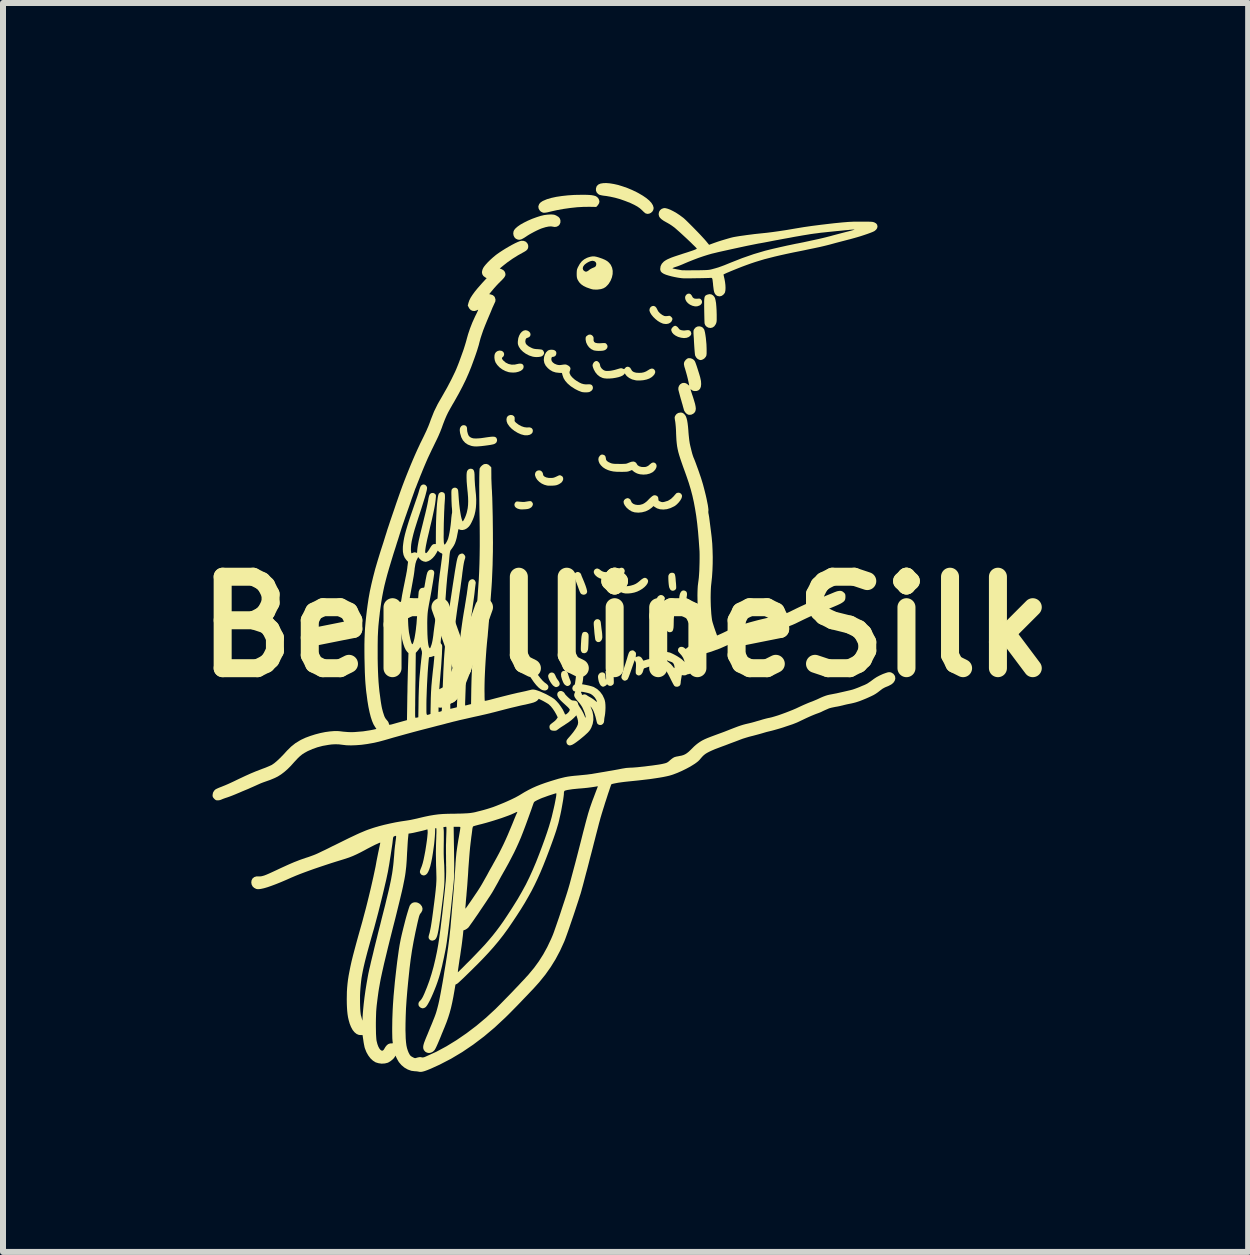
<source format=kicad_pcb>
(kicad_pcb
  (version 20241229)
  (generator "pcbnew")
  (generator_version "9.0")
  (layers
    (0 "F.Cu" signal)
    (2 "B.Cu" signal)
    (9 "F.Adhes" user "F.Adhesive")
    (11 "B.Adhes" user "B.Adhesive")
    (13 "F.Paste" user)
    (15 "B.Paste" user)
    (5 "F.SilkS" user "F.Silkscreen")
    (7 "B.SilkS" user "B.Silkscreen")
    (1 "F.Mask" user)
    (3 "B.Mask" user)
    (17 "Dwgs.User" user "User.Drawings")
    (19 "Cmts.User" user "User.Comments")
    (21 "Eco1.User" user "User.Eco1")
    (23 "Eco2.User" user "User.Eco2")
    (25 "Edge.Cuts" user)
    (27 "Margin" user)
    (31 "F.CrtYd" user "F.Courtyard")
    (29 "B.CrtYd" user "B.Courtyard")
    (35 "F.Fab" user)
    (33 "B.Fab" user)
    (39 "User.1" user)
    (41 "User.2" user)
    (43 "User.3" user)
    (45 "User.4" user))
  (footprint "BeryllineSilk"
    (layer "F.Cu")
    (at 7.373 7.394)
    (property "Reference" "BeryllineSilk" (at 0 0 0) (layer "F.SilkS") (effects (font (size 1.524 1.524) (thickness 0.3))))
    (attr board_only exclude_from_pos_files exclude_from_bom)
    (fp_poly (pts (xy 0.991 -0.601) (xy 1.012 -0.587) (xy 1.023 -0.564) (xy 1.024 -0.532) (xy 1.021 -0.512) (xy 1.016 -0.482) (xy 1.013 -0.452) (xy 1.013 -0.439) (xy 1.011 -0.414) (xy 1.004 -0.397) (xy 0.996 -0.387) (xy 0.973 -0.373) (xy 0.947 -0.371) (xy 0.927 -0.378) (xy 0.91 -0.395) (xy 0.899 -0.424) (xy 0.894 -0.46) (xy 0.894 -0.466) (xy 0.898 -0.514) (xy 0.908 -0.553) (xy 0.923 -0.582) (xy 0.942 -0.6) (xy 0.966 -0.606)) (stroke (width 0) (type solid)) (fill yes) (layer "F.SilkS"))
    (fp_poly (pts (xy -1.206 0.766) (xy -1.187 0.78) (xy -1.172 0.806) (xy -1.164 0.824) (xy -1.153 0.848) (xy -1.137 0.874) (xy -1.125 0.89) (xy -1.105 0.921) (xy -1.097 0.948) (xy -1.101 0.972) (xy -1.118 0.991) (xy -1.134 0.999) (xy -1.15 1.004) (xy -1.161 1.005) (xy -1.174 1) (xy -1.188 0.993) (xy -1.209 0.977) (xy -1.231 0.951) (xy -1.252 0.92) (xy -1.27 0.887) (xy -1.283 0.855) (xy -1.289 0.827) (xy -1.289 0.811) (xy -1.276 0.784) (xy -1.255 0.767) (xy -1.229 0.761)) (stroke (width 0) (type solid)) (fill yes) (layer "F.SilkS"))
    (fp_poly (pts (xy -0.993 0.738) (xy -0.973 0.753) (xy -0.96 0.78) (xy -0.957 0.791) (xy -0.95 0.814) (xy -0.94 0.843) (xy -0.933 0.863) (xy -0.923 0.888) (xy -0.915 0.91) (xy -0.912 0.922) (xy -0.913 0.946) (xy -0.926 0.968) (xy -0.947 0.982) (xy -0.965 0.987) (xy -0.98 0.985) (xy -0.992 0.979) (xy -1.01 0.967) (xy -1.026 0.949) (xy -1.041 0.921) (xy -1.056 0.883) (xy -1.059 0.875) (xy -1.072 0.829) (xy -1.075 0.792) (xy -1.069 0.763) (xy -1.054 0.744) (xy -1.03 0.734) (xy -1.019 0.733)) (stroke (width 0) (type solid)) (fill yes) (layer "F.SilkS"))
    (fp_poly (pts (xy 1.083 -5.543) (xy 1.102 -5.522) (xy 1.107 -5.511) (xy 1.122 -5.486) (xy 1.143 -5.471) (xy 1.173 -5.466) (xy 1.199 -5.467) (xy 1.224 -5.469) (xy 1.239 -5.467) (xy 1.25 -5.461) (xy 1.256 -5.456) (xy 1.272 -5.433) (xy 1.275 -5.408) (xy 1.267 -5.384) (xy 1.247 -5.362) (xy 1.227 -5.351) (xy 1.193 -5.34) (xy 1.158 -5.339) (xy 1.119 -5.348) (xy 1.112 -5.35) (xy 1.073 -5.368) (xy 1.04 -5.392) (xy 1.015 -5.42) (xy 0.999 -5.45) (xy 0.992 -5.48) (xy 0.996 -5.509) (xy 1.012 -5.533) (xy 1.036 -5.549) (xy 1.061 -5.552)) (stroke (width 0) (type solid)) (fill yes) (layer "F.SilkS"))
    (fp_poly (pts (xy 0.796 -0.898) (xy 0.812 -0.889) (xy 0.823 -0.871) (xy 0.829 -0.843) (xy 0.833 -0.815) (xy 0.837 -0.761) (xy 0.841 -0.72) (xy 0.843 -0.688) (xy 0.844 -0.666) (xy 0.844 -0.65) (xy 0.843 -0.64) (xy 0.84 -0.632) (xy 0.837 -0.627) (xy 0.832 -0.621) (xy 0.832 -0.62) (xy 0.811 -0.605) (xy 0.787 -0.6) (xy 0.763 -0.606) (xy 0.749 -0.616) (xy 0.738 -0.634) (xy 0.728 -0.656) (xy 0.727 -0.66) (xy 0.723 -0.681) (xy 0.719 -0.711) (xy 0.716 -0.745) (xy 0.714 -0.781) (xy 0.713 -0.814) (xy 0.713 -0.84) (xy 0.715 -0.855) (xy 0.728 -0.881) (xy 0.75 -0.897) (xy 0.774 -0.901)) (stroke (width 0) (type solid)) (fill yes) (layer "F.SilkS"))
    (fp_poly (pts (xy 0.846 -5.01) (xy 0.867 -4.995) (xy 0.885 -4.973) (xy 0.891 -4.964) (xy 0.904 -4.952) (xy 0.928 -4.943) (xy 0.957 -4.938) (xy 0.989 -4.938) (xy 1.009 -4.941) (xy 1.043 -4.944) (xy 1.067 -4.938) (xy 1.084 -4.923) (xy 1.089 -4.913) (xy 1.096 -4.889) (xy 1.092 -4.868) (xy 1.079 -4.849) (xy 1.052 -4.828) (xy 1.016 -4.815) (xy 0.973 -4.811) (xy 0.925 -4.817) (xy 0.925 -4.817) (xy 0.875 -4.831) (xy 0.833 -4.852) (xy 0.799 -4.877) (xy 0.775 -4.906) (xy 0.763 -4.936) (xy 0.761 -4.95) (xy 0.767 -4.969) (xy 0.782 -4.989) (xy 0.801 -5.006) (xy 0.821 -5.015) (xy 0.828 -5.016)) (stroke (width 0) (type solid)) (fill yes) (layer "F.SilkS"))
    (fp_poly (pts (xy -1.567 0.647) (xy -1.544 0.669) (xy -1.529 0.694) (xy -1.507 0.732) (xy -1.48 0.774) (xy -1.449 0.816) (xy -1.418 0.856) (xy -1.388 0.891) (xy -1.36 0.918) (xy -1.346 0.93) (xy -1.318 0.95) (xy -1.3 0.967) (xy -1.29 0.981) (xy -1.286 0.995) (xy -1.285 1.003) (xy -1.291 1.03) (xy -1.307 1.049) (xy -1.33 1.06) (xy -1.358 1.061) (xy -1.389 1.053) (xy -1.411 1.042) (xy -1.447 1.014) (xy -1.487 0.973) (xy -1.53 0.919) (xy -1.576 0.852) (xy -1.62 0.783) (xy -1.642 0.744) (xy -1.654 0.712) (xy -1.656 0.687) (xy -1.649 0.666) (xy -1.638 0.653) (xy -1.616 0.638) (xy -1.591 0.637)) (stroke (width 0) (type solid)) (fill yes) (layer "F.SilkS"))
    (fp_poly (pts (xy 0.789 -0.308) (xy 0.809 -0.294) (xy 0.819 -0.274) (xy 0.82 -0.245) (xy 0.815 -0.215) (xy 0.808 -0.177) (xy 0.804 -0.127) (xy 0.803 -0.08) (xy 0.802 -0.028) (xy 0.8 0.011) (xy 0.795 0.04) (xy 0.788 0.061) (xy 0.779 0.075) (xy 0.775 0.079) (xy 0.753 0.089) (xy 0.728 0.09) (xy 0.706 0.082) (xy 0.699 0.077) (xy 0.686 0.059) (xy 0.68 0.045) (xy 0.679 0.029) (xy 0.678 0.003) (xy 0.678 -0.032) (xy 0.679 -0.071) (xy 0.681 -0.112) (xy 0.683 -0.152) (xy 0.686 -0.188) (xy 0.689 -0.218) (xy 0.692 -0.235) (xy 0.704 -0.27) (xy 0.723 -0.295) (xy 0.746 -0.31) (xy 0.773 -0.312)) (stroke (width 0) (type solid)) (fill yes) (layer "F.SilkS"))
    (fp_poly (pts (xy -0.046 -0.981) (xy -0.029 -0.969) (xy -0.015 -0.945) (xy -0.014 -0.919) (xy -0.025 -0.892) (xy -0.048 -0.865) (xy -0.081 -0.839) (xy -0.103 -0.826) (xy -0.164 -0.801) (xy -0.232 -0.786) (xy -0.302 -0.783) (xy -0.372 -0.791) (xy -0.393 -0.796) (xy -0.435 -0.81) (xy -0.471 -0.83) (xy -0.499 -0.854) (xy -0.519 -0.879) (xy -0.529 -0.905) (xy -0.528 -0.93) (xy -0.515 -0.952) (xy -0.514 -0.954) (xy -0.49 -0.969) (xy -0.464 -0.971) (xy -0.437 -0.959) (xy -0.422 -0.947) (xy -0.394 -0.927) (xy -0.359 -0.914) (xy -0.315 -0.909) (xy -0.292 -0.908) (xy -0.237 -0.913) (xy -0.187 -0.929) (xy -0.136 -0.957) (xy -0.136 -0.957) (xy -0.1 -0.977) (xy -0.071 -0.985)) (stroke (width 0) (type solid)) (fill yes) (layer "F.SilkS"))
    (fp_poly (pts (xy -1.579 -2.093) (xy -1.57 -2.089) (xy -1.561 -2.082) (xy -1.561 -2.081) (xy -1.546 -2.06) (xy -1.544 -2.036) (xy -1.553 -2.012) (xy -1.571 -1.99) (xy -1.599 -1.973) (xy -1.615 -1.967) (xy -1.637 -1.962) (xy -1.665 -1.959) (xy -1.697 -1.957) (xy -1.727 -1.956) (xy -1.752 -1.957) (xy -1.764 -1.959) (xy -1.776 -1.963) (xy -1.79 -1.966) (xy -1.807 -1.973) (xy -1.827 -1.986) (xy -1.83 -1.988) (xy -1.847 -2.01) (xy -1.852 -2.036) (xy -1.845 -2.06) (xy -1.834 -2.075) (xy -1.824 -2.083) (xy -1.815 -2.087) (xy -1.802 -2.088) (xy -1.781 -2.086) (xy -1.761 -2.084) (xy -1.721 -2.081) (xy -1.685 -2.081) (xy -1.672 -2.083) (xy -1.635 -2.089) (xy -1.609 -2.093) (xy -1.591 -2.094)) (stroke (width 0) (type solid)) (fill yes) (layer "F.SilkS"))
    (fp_poly (pts (xy 0.494 -5.337) (xy 0.514 -5.315) (xy 0.526 -5.292) (xy 0.544 -5.257) (xy 0.573 -5.225) (xy 0.609 -5.198) (xy 0.623 -5.19) (xy 0.647 -5.179) (xy 0.67 -5.176) (xy 0.697 -5.178) (xy 0.71 -5.18) (xy 0.73 -5.182) (xy 0.743 -5.179) (xy 0.757 -5.167) (xy 0.762 -5.163) (xy 0.776 -5.147) (xy 0.781 -5.133) (xy 0.78 -5.119) (xy 0.767 -5.089) (xy 0.744 -5.066) (xy 0.713 -5.051) (xy 0.677 -5.045) (xy 0.636 -5.049) (xy 0.615 -5.055) (xy 0.575 -5.073) (xy 0.535 -5.098) (xy 0.497 -5.129) (xy 0.462 -5.163) (xy 0.433 -5.198) (xy 0.412 -5.232) (xy 0.4 -5.263) (xy 0.398 -5.278) (xy 0.404 -5.306) (xy 0.419 -5.329) (xy 0.441 -5.343) (xy 0.469 -5.347)) (stroke (width 0) (type solid)) (fill yes) (layer "F.SilkS"))
    (fp_poly (pts (xy -0.779 -0.911) (xy -0.758 -0.898) (xy -0.746 -0.884) (xy -0.741 -0.874) (xy -0.74 -0.873) (xy -0.738 -0.864) (xy -0.731 -0.845) (xy -0.72 -0.819) (xy -0.708 -0.791) (xy -0.685 -0.735) (xy -0.666 -0.685) (xy -0.652 -0.642) (xy -0.643 -0.608) (xy -0.64 -0.585) (xy -0.64 -0.578) (xy -0.651 -0.555) (xy -0.671 -0.54) (xy -0.696 -0.534) (xy -0.722 -0.539) (xy -0.728 -0.542) (xy -0.738 -0.547) (xy -0.745 -0.554) (xy -0.752 -0.564) (xy -0.76 -0.579) (xy -0.769 -0.602) (xy -0.781 -0.634) (xy -0.792 -0.665) (xy -0.806 -0.702) (xy -0.82 -0.74) (xy -0.832 -0.772) (xy -0.841 -0.795) (xy -0.852 -0.825) (xy -0.856 -0.848) (xy -0.855 -0.863) (xy -0.845 -0.889) (xy -0.826 -0.906) (xy -0.803 -0.914)) (stroke (width 0) (type solid)) (fill yes) (layer "F.SilkS"))
    (fp_poly (pts (xy -0.647 0.09) (xy -0.627 0.108) (xy -0.617 0.13) (xy -0.616 0.144) (xy -0.615 0.168) (xy -0.616 0.201) (xy -0.617 0.238) (xy -0.618 0.276) (xy -0.62 0.314) (xy -0.622 0.346) (xy -0.624 0.371) (xy -0.626 0.382) (xy -0.637 0.41) (xy -0.655 0.43) (xy -0.679 0.439) (xy -0.686 0.44) (xy -0.705 0.438) (xy -0.718 0.435) (xy -0.718 0.435) (xy -0.727 0.427) (xy -0.737 0.412) (xy -0.737 0.411) (xy -0.741 0.402) (xy -0.744 0.39) (xy -0.745 0.374) (xy -0.745 0.351) (xy -0.744 0.318) (xy -0.742 0.274) (xy -0.741 0.262) (xy -0.738 0.207) (xy -0.734 0.165) (xy -0.728 0.133) (xy -0.721 0.111) (xy -0.712 0.096) (xy -0.699 0.088) (xy -0.683 0.085) (xy -0.672 0.084)) (stroke (width 0) (type solid)) (fill yes) (layer "F.SilkS"))
    (fp_poly (pts (xy -0.454 -0.126) (xy -0.431 -0.113) (xy -0.425 -0.107) (xy -0.418 -0.093) (xy -0.412 -0.069) (xy -0.41 -0.049) (xy -0.407 -0.023) (xy -0.403 0.012) (xy -0.398 0.051) (xy -0.394 0.077) (xy -0.39 0.112) (xy -0.388 0.145) (xy -0.387 0.173) (xy -0.388 0.187) (xy -0.397 0.217) (xy -0.414 0.24) (xy -0.435 0.253) (xy -0.459 0.255) (xy -0.475 0.25) (xy -0.491 0.236) (xy -0.501 0.223) (xy -0.504 0.211) (xy -0.508 0.188) (xy -0.512 0.155) (xy -0.517 0.116) (xy -0.521 0.072) (xy -0.521 0.068) (xy -0.525 0.02) (xy -0.528 -0.015) (xy -0.53 -0.041) (xy -0.53 -0.06) (xy -0.529 -0.073) (xy -0.527 -0.082) (xy -0.523 -0.091) (xy -0.521 -0.094) (xy -0.502 -0.117) (xy -0.479 -0.127)) (stroke (width 0) (type solid)) (fill yes) (layer "F.SilkS"))
    (fp_poly (pts (xy -1.888 -3.527) (xy -1.882 -3.525) (xy -1.859 -3.51) (xy -1.848 -3.489) (xy -1.847 -3.459) (xy -1.847 -3.455) (xy -1.849 -3.437) (xy -1.846 -3.424) (xy -1.836 -3.412) (xy -1.824 -3.4) (xy -1.782 -3.368) (xy -1.736 -3.343) (xy -1.69 -3.327) (xy -1.647 -3.321) (xy -1.628 -3.322) (xy -1.593 -3.322) (xy -1.567 -3.312) (xy -1.55 -3.293) (xy -1.544 -3.266) (xy -1.544 -3.265) (xy -1.55 -3.238) (xy -1.568 -3.216) (xy -1.595 -3.2) (xy -1.63 -3.192) (xy -1.671 -3.191) (xy -1.689 -3.193) (xy -1.742 -3.207) (xy -1.796 -3.231) (xy -1.848 -3.262) (xy -1.896 -3.299) (xy -1.936 -3.34) (xy -1.965 -3.382) (xy -1.969 -3.39) (xy -1.981 -3.424) (xy -1.984 -3.458) (xy -1.978 -3.487) (xy -1.97 -3.502) (xy -1.947 -3.521) (xy -1.918 -3.53)) (stroke (width 0) (type solid)) (fill yes) (layer "F.SilkS"))
    (fp_poly (pts (xy -0.564 -4.861) (xy -0.548 -4.847) (xy -0.536 -4.829) (xy -0.532 -4.811) (xy -0.533 -4.795) (xy -0.532 -4.767) (xy -0.523 -4.747) (xy -0.504 -4.733) (xy -0.474 -4.726) (xy -0.433 -4.724) (xy -0.401 -4.726) (xy -0.371 -4.728) (xy -0.35 -4.728) (xy -0.338 -4.726) (xy -0.328 -4.722) (xy -0.32 -4.714) (xy -0.318 -4.713) (xy -0.303 -4.689) (xy -0.3 -4.664) (xy -0.309 -4.64) (xy -0.329 -4.619) (xy -0.35 -4.608) (xy -0.375 -4.601) (xy -0.409 -4.598) (xy -0.448 -4.597) (xy -0.486 -4.599) (xy -0.52 -4.604) (xy -0.532 -4.607) (xy -0.572 -4.627) (xy -0.608 -4.657) (xy -0.636 -4.695) (xy -0.656 -4.738) (xy -0.665 -4.783) (xy -0.665 -4.789) (xy -0.665 -4.813) (xy -0.661 -4.829) (xy -0.653 -4.841) (xy -0.644 -4.849) (xy -0.617 -4.866) (xy -0.589 -4.87)) (stroke (width 0) (type solid)) (fill yes) (layer "F.SilkS"))
    (fp_poly (pts (xy 0.341 -0.812) (xy 0.36 -0.799) (xy 0.363 -0.795) (xy 0.375 -0.773) (xy 0.375 -0.748) (xy 0.364 -0.72) (xy 0.344 -0.691) (xy 0.316 -0.662) (xy 0.281 -0.634) (xy 0.24 -0.609) (xy 0.195 -0.587) (xy 0.147 -0.571) (xy 0.143 -0.57) (xy 0.093 -0.56) (xy 0.042 -0.555) (xy -0.005 -0.556) (xy -0.042 -0.563) (xy -0.08 -0.578) (xy -0.11 -0.598) (xy -0.132 -0.622) (xy -0.145 -0.649) (xy -0.146 -0.675) (xy -0.136 -0.699) (xy -0.128 -0.708) (xy -0.107 -0.723) (xy -0.084 -0.725) (xy -0.059 -0.715) (xy -0.042 -0.702) (xy -0.018 -0.686) (xy 0.009 -0.678) (xy 0.041 -0.678) (xy 0.082 -0.685) (xy 0.094 -0.688) (xy 0.137 -0.701) (xy 0.172 -0.717) (xy 0.204 -0.738) (xy 0.24 -0.767) (xy 0.24 -0.768) (xy 0.273 -0.795) (xy 0.3 -0.811) (xy 0.322 -0.817)) (stroke (width 0) (type solid)) (fill yes) (layer "F.SilkS"))
    (fp_poly (pts (xy -2.069 -4.599) (xy -2.054 -4.593) (xy -2.034 -4.576) (xy -2.024 -4.553) (xy -2.024 -4.528) (xy -2.035 -4.505) (xy -2.047 -4.494) (xy -2.058 -4.483) (xy -2.059 -4.47) (xy -2.05 -4.453) (xy -2.035 -4.435) (xy -1.996 -4.402) (xy -1.949 -4.379) (xy -1.898 -4.368) (xy -1.846 -4.369) (xy -1.815 -4.376) (xy -1.771 -4.385) (xy -1.738 -4.384) (xy -1.715 -4.374) (xy -1.701 -4.354) (xy -1.698 -4.33) (xy -1.704 -4.305) (xy -1.722 -4.282) (xy -1.75 -4.263) (xy -1.786 -4.249) (xy -1.828 -4.239) (xy -1.873 -4.236) (xy -1.92 -4.239) (xy -1.947 -4.243) (xy -2.001 -4.261) (xy -2.053 -4.288) (xy -2.1 -4.323) (xy -2.138 -4.363) (xy -2.166 -4.405) (xy -2.166 -4.405) (xy -2.179 -4.442) (xy -2.185 -4.482) (xy -2.184 -4.52) (xy -2.177 -4.55) (xy -2.159 -4.577) (xy -2.132 -4.595) (xy -2.101 -4.603)) (stroke (width 0) (type solid)) (fill yes) (layer "F.SilkS"))
    (fp_poly (pts (xy -1.413 -2.601) (xy -1.395 -2.587) (xy -1.379 -2.563) (xy -1.376 -2.546) (xy -1.37 -2.522) (xy -1.351 -2.503) (xy -1.321 -2.489) (xy -1.281 -2.481) (xy -1.249 -2.48) (xy -1.22 -2.481) (xy -1.197 -2.485) (xy -1.174 -2.493) (xy -1.148 -2.505) (xy -1.123 -2.517) (xy -1.106 -2.524) (xy -1.094 -2.525) (xy -1.083 -2.523) (xy -1.074 -2.519) (xy -1.051 -2.504) (xy -1.04 -2.482) (xy -1.039 -2.457) (xy -1.048 -2.431) (xy -1.066 -2.406) (xy -1.093 -2.386) (xy -1.116 -2.373) (xy -1.138 -2.364) (xy -1.146 -2.361) (xy -1.175 -2.355) (xy -1.213 -2.352) (xy -1.254 -2.351) (xy -1.291 -2.352) (xy -1.308 -2.354) (xy -1.355 -2.367) (xy -1.399 -2.388) (xy -1.438 -2.416) (xy -1.47 -2.448) (xy -1.494 -2.484) (xy -1.507 -2.521) (xy -1.509 -2.54) (xy -1.503 -2.568) (xy -1.487 -2.59) (xy -1.465 -2.603) (xy -1.44 -2.607)) (stroke (width 0) (type solid)) (fill yes) (layer "F.SilkS"))
    (fp_poly (pts (xy 1.429 -5.539) (xy 1.458 -5.523) (xy 1.481 -5.496) (xy 1.491 -5.475) (xy 1.5 -5.44) (xy 1.508 -5.394) (xy 1.513 -5.337) (xy 1.517 -5.271) (xy 1.519 -5.197) (xy 1.519 -5.194) (xy 1.519 -5.15) (xy 1.519 -5.118) (xy 1.518 -5.094) (xy 1.515 -5.077) (xy 1.512 -5.064) (xy 1.507 -5.051) (xy 1.502 -5.04) (xy 1.479 -5.007) (xy 1.45 -4.987) (xy 1.417 -4.979) (xy 1.382 -4.984) (xy 1.38 -4.984) (xy 1.35 -5.001) (xy 1.328 -5.025) (xy 1.317 -5.054) (xy 1.317 -5.054) (xy 1.316 -5.066) (xy 1.315 -5.091) (xy 1.314 -5.125) (xy 1.313 -5.167) (xy 1.312 -5.215) (xy 1.311 -5.267) (xy 1.311 -5.274) (xy 1.31 -5.338) (xy 1.31 -5.389) (xy 1.31 -5.43) (xy 1.312 -5.461) (xy 1.315 -5.484) (xy 1.32 -5.501) (xy 1.327 -5.513) (xy 1.337 -5.522) (xy 1.349 -5.529) (xy 1.361 -5.534) (xy 1.396 -5.543)) (stroke (width 0) (type solid)) (fill yes) (layer "F.SilkS"))
    (fp_poly (pts (xy -0.667 -7.198) (xy -0.61 -7.196) (xy -0.564 -7.192) (xy -0.527 -7.185) (xy -0.498 -7.176) (xy -0.477 -7.163) (xy -0.46 -7.147) (xy -0.447 -7.128) (xy -0.445 -7.123) (xy -0.435 -7.091) (xy -0.44 -7.059) (xy -0.459 -7.028) (xy -0.464 -7.022) (xy -0.488 -6.996) (xy -0.6 -6.998) (xy -0.698 -6.997) (xy -0.806 -6.991) (xy -0.918 -6.979) (xy -1.031 -6.963) (xy -1.141 -6.943) (xy -1.226 -6.924) (xy -1.272 -6.913) (xy -1.306 -6.905) (xy -1.332 -6.901) (xy -1.351 -6.899) (xy -1.366 -6.899) (xy -1.379 -6.902) (xy -1.381 -6.903) (xy -1.41 -6.917) (xy -1.433 -6.941) (xy -1.448 -6.969) (xy -1.453 -7) (xy -1.45 -7.015) (xy -1.439 -7.044) (xy -1.419 -7.068) (xy -1.388 -7.09) (xy -1.368 -7.1) (xy -1.309 -7.125) (xy -1.237 -7.146) (xy -1.154 -7.164) (xy -1.061 -7.178) (xy -0.96 -7.189) (xy -0.852 -7.196) (xy -0.738 -7.198) (xy -0.737 -7.198)) (stroke (width 0) (type solid)) (fill yes) (layer "F.SilkS"))
    (fp_poly (pts (xy 0.611 -0.527) (xy 0.636 -0.511) (xy 0.636 -0.51) (xy 0.651 -0.492) (xy 0.656 -0.475) (xy 0.65 -0.454) (xy 0.643 -0.438) (xy 0.638 -0.427) (xy 0.633 -0.408) (xy 0.627 -0.381) (xy 0.621 -0.345) (xy 0.613 -0.298) (xy 0.604 -0.24) (xy 0.593 -0.169) (xy 0.59 -0.145) (xy 0.581 -0.084) (xy 0.572 -0.027) (xy 0.565 0.025) (xy 0.558 0.069) (xy 0.552 0.106) (xy 0.547 0.132) (xy 0.545 0.147) (xy 0.544 0.148) (xy 0.531 0.177) (xy 0.511 0.197) (xy 0.487 0.208) (xy 0.46 0.208) (xy 0.445 0.202) (xy 0.427 0.183) (xy 0.418 0.154) (xy 0.417 0.114) (xy 0.419 0.096) (xy 0.424 0.061) (xy 0.431 0.018) (xy 0.439 -0.031) (xy 0.448 -0.085) (xy 0.458 -0.142) (xy 0.468 -0.2) (xy 0.479 -0.256) (xy 0.488 -0.31) (xy 0.498 -0.36) (xy 0.506 -0.403) (xy 0.513 -0.437) (xy 0.518 -0.462) (xy 0.521 -0.474) (xy 0.538 -0.503) (xy 0.56 -0.521) (xy 0.585 -0.53)) (stroke (width 0) (type solid)) (fill yes) (layer "F.SilkS"))
    (fp_poly (pts (xy 1.259 -5.001) (xy 1.287 -4.985) (xy 1.308 -4.958) (xy 1.309 -4.957) (xy 1.316 -4.936) (xy 1.324 -4.903) (xy 1.331 -4.862) (xy 1.338 -4.814) (xy 1.343 -4.762) (xy 1.348 -4.709) (xy 1.35 -4.657) (xy 1.351 -4.625) (xy 1.351 -4.585) (xy 1.351 -4.556) (xy 1.349 -4.535) (xy 1.347 -4.521) (xy 1.342 -4.509) (xy 1.336 -4.498) (xy 1.335 -4.496) (xy 1.312 -4.47) (xy 1.29 -4.456) (xy 1.269 -4.448) (xy 1.255 -4.444) (xy 1.241 -4.446) (xy 1.226 -4.45) (xy 1.2 -4.464) (xy 1.177 -4.488) (xy 1.161 -4.517) (xy 1.16 -4.52) (xy 1.157 -4.535) (xy 1.154 -4.562) (xy 1.151 -4.596) (xy 1.148 -4.635) (xy 1.146 -4.663) (xy 1.143 -4.71) (xy 1.14 -4.76) (xy 1.138 -4.806) (xy 1.135 -4.846) (xy 1.134 -4.86) (xy 1.132 -4.894) (xy 1.132 -4.918) (xy 1.133 -4.935) (xy 1.137 -4.947) (xy 1.143 -4.958) (xy 1.145 -4.962) (xy 1.168 -4.988) (xy 1.197 -5.003) (xy 1.228 -5.007)) (stroke (width 0) (type solid)) (fill yes) (layer "F.SilkS"))
    (fp_poly (pts (xy -1.203 -6.868) (xy -1.185 -6.865) (xy -1.167 -6.858) (xy -1.152 -6.851) (xy -1.119 -6.831) (xy -1.098 -6.809) (xy -1.087 -6.781) (xy -1.085 -6.772) (xy -1.085 -6.737) (xy -1.097 -6.706) (xy -1.118 -6.682) (xy -1.147 -6.667) (xy -1.18 -6.662) (xy -1.21 -6.667) (xy -1.243 -6.672) (xy -1.283 -6.669) (xy -1.332 -6.659) (xy -1.39 -6.641) (xy -1.41 -6.634) (xy -1.44 -6.621) (xy -1.479 -6.603) (xy -1.521 -6.582) (xy -1.564 -6.559) (xy -1.603 -6.537) (xy -1.635 -6.517) (xy -1.643 -6.512) (xy -1.683 -6.485) (xy -1.714 -6.467) (xy -1.739 -6.455) (xy -1.761 -6.45) (xy -1.782 -6.45) (xy -1.799 -6.453) (xy -1.829 -6.467) (xy -1.852 -6.491) (xy -1.866 -6.521) (xy -1.871 -6.555) (xy -1.866 -6.589) (xy -1.855 -6.612) (xy -1.832 -6.64) (xy -1.797 -6.67) (xy -1.751 -6.702) (xy -1.694 -6.734) (xy -1.63 -6.766) (xy -1.558 -6.797) (xy -1.548 -6.801) (xy -1.476 -6.827) (xy -1.413 -6.847) (xy -1.357 -6.86) (xy -1.305 -6.867) (xy -1.261 -6.87) (xy -1.227 -6.87)) (stroke (width 0) (type solid)) (fill yes) (layer "F.SilkS"))
    (fp_poly (pts (xy -0.261 -7.389) (xy -0.194 -7.378) (xy -0.123 -7.362) (xy -0.049 -7.339) (xy 0.029 -7.312) (xy 0.108 -7.279) (xy 0.187 -7.241) (xy 0.217 -7.225) (xy 0.287 -7.184) (xy 0.347 -7.143) (xy 0.396 -7.102) (xy 0.432 -7.062) (xy 0.456 -7.023) (xy 0.467 -6.986) (xy 0.468 -6.975) (xy 0.462 -6.945) (xy 0.446 -6.918) (xy 0.422 -6.897) (xy 0.394 -6.884) (xy 0.364 -6.88) (xy 0.335 -6.888) (xy 0.332 -6.889) (xy 0.321 -6.898) (xy 0.303 -6.913) (xy 0.282 -6.934) (xy 0.272 -6.943) (xy 0.238 -6.974) (xy 0.196 -7.003) (xy 0.145 -7.031) (xy 0.084 -7.06) (xy 0.011 -7.089) (xy -0.01 -7.097) (xy -0.095 -7.127) (xy -0.174 -7.149) (xy -0.251 -7.166) (xy -0.32 -7.178) (xy -0.362 -7.183) (xy -0.393 -7.188) (xy -0.415 -7.193) (xy -0.431 -7.197) (xy -0.443 -7.203) (xy -0.454 -7.21) (xy -0.459 -7.214) (xy -0.481 -7.238) (xy -0.493 -7.269) (xy -0.493 -7.303) (xy -0.483 -7.336) (xy -0.475 -7.348) (xy -0.452 -7.37) (xy -0.417 -7.385) (xy -0.373 -7.392) (xy -0.321 -7.394)) (stroke (width 0) (type solid)) (fill yes) (layer "F.SilkS"))
    (fp_poly (pts (xy -1.639 -4.937) (xy -1.608 -4.92) (xy -1.607 -4.919) (xy -1.589 -4.897) (xy -1.583 -4.872) (xy -1.588 -4.848) (xy -1.604 -4.829) (xy -1.628 -4.817) (xy -1.633 -4.816) (xy -1.652 -4.808) (xy -1.664 -4.791) (xy -1.669 -4.764) (xy -1.67 -4.752) (xy -1.664 -4.724) (xy -1.646 -4.698) (xy -1.616 -4.674) (xy -1.583 -4.656) (xy -1.557 -4.643) (xy -1.534 -4.635) (xy -1.511 -4.63) (xy -1.481 -4.627) (xy -1.46 -4.626) (xy -1.428 -4.623) (xy -1.406 -4.62) (xy -1.391 -4.617) (xy -1.382 -4.611) (xy -1.373 -4.602) (xy -1.372 -4.601) (xy -1.358 -4.576) (xy -1.358 -4.551) (xy -1.37 -4.528) (xy -1.392 -4.509) (xy -1.415 -4.501) (xy -1.448 -4.496) (xy -1.485 -4.494) (xy -1.522 -4.497) (xy -1.549 -4.502) (xy -1.607 -4.521) (xy -1.661 -4.549) (xy -1.708 -4.583) (xy -1.748 -4.622) (xy -1.776 -4.664) (xy -1.779 -4.671) (xy -1.789 -4.695) (xy -1.794 -4.715) (xy -1.795 -4.739) (xy -1.794 -4.76) (xy -1.787 -4.81) (xy -1.772 -4.853) (xy -1.752 -4.889) (xy -1.727 -4.917) (xy -1.699 -4.935) (xy -1.669 -4.942)) (stroke (width 0) (type solid)) (fill yes) (layer "F.SilkS"))
    (fp_poly (pts (xy -2.667 -3.353) (xy -2.656 -3.344) (xy -2.645 -3.328) (xy -2.641 -3.306) (xy -2.641 -3.293) (xy -2.638 -3.257) (xy -2.629 -3.222) (xy -2.618 -3.192) (xy -2.604 -3.173) (xy -2.585 -3.158) (xy -2.562 -3.147) (xy -2.536 -3.14) (xy -2.502 -3.138) (xy -2.461 -3.139) (xy -2.41 -3.143) (xy -2.347 -3.152) (xy -2.329 -3.155) (xy -2.278 -3.162) (xy -2.238 -3.167) (xy -2.209 -3.168) (xy -2.187 -3.167) (xy -2.171 -3.162) (xy -2.159 -3.154) (xy -2.154 -3.15) (xy -2.143 -3.128) (xy -2.141 -3.101) (xy -2.149 -3.076) (xy -2.161 -3.063) (xy -2.172 -3.054) (xy -2.185 -3.047) (xy -2.202 -3.041) (xy -2.225 -3.036) (xy -2.256 -3.03) (xy -2.297 -3.024) (xy -2.341 -3.018) (xy -2.4 -3.011) (xy -2.448 -3.007) (xy -2.487 -3.005) (xy -2.519 -3.006) (xy -2.548 -3.01) (xy -2.571 -3.015) (xy -2.627 -3.036) (xy -2.673 -3.067) (xy -2.71 -3.108) (xy -2.737 -3.159) (xy -2.755 -3.221) (xy -2.757 -3.23) (xy -2.762 -3.269) (xy -2.761 -3.298) (xy -2.754 -3.32) (xy -2.74 -3.34) (xy -2.737 -3.344) (xy -2.716 -3.357) (xy -2.691 -3.36)) (stroke (width 0) (type solid)) (fill yes) (layer "F.SilkS"))
    (fp_poly (pts (xy -0.244 0.706) (xy -0.228 0.714) (xy -0.217 0.727) (xy -0.208 0.746) (xy -0.203 0.773) (xy -0.199 0.81) (xy -0.197 0.853) (xy -0.196 0.892) (xy -0.195 0.918) (xy -0.196 0.936) (xy -0.198 0.948) (xy -0.203 0.957) (xy -0.209 0.964) (xy -0.212 0.967) (xy -0.235 0.982) (xy -0.261 0.985) (xy -0.286 0.976) (xy -0.293 0.97) (xy -0.305 0.96) (xy -0.311 0.96) (xy -0.316 0.967) (xy -0.326 0.977) (xy -0.344 0.988) (xy -0.363 0.996) (xy -0.375 0.999) (xy -0.385 0.996) (xy -0.398 0.99) (xy -0.416 0.975) (xy -0.432 0.948) (xy -0.446 0.912) (xy -0.454 0.875) (xy -0.458 0.847) (xy -0.459 0.828) (xy -0.456 0.812) (xy -0.452 0.801) (xy -0.435 0.777) (xy -0.411 0.762) (xy -0.384 0.759) (xy -0.371 0.762) (xy -0.352 0.772) (xy -0.341 0.788) (xy -0.336 0.812) (xy -0.335 0.829) (xy -0.333 0.852) (xy -0.33 0.871) (xy -0.328 0.877) (xy -0.325 0.877) (xy -0.324 0.867) (xy -0.324 0.849) (xy -0.325 0.826) (xy -0.327 0.801) (xy -0.33 0.777) (xy -0.332 0.767) (xy -0.334 0.748) (xy -0.328 0.733) (xy -0.319 0.724) (xy -0.293 0.705) (xy -0.265 0.701)) (stroke (width 0) (type solid)) (fill yes) (layer "F.SilkS"))
    (fp_poly (pts (xy -0.52 -6.172) (xy -0.483 -6.165) (xy -0.445 -6.154) (xy -0.387 -6.134) (xy -0.341 -6.114) (xy -0.305 -6.093) (xy -0.276 -6.068) (xy -0.252 -6.039) (xy -0.245 -6.029) (xy -0.224 -5.983) (xy -0.214 -5.932) (xy -0.215 -5.877) (xy -0.227 -5.822) (xy -0.249 -5.767) (xy -0.28 -5.716) (xy -0.297 -5.696) (xy -0.33 -5.663) (xy -0.366 -5.641) (xy -0.408 -5.627) (xy -0.459 -5.62) (xy -0.469 -5.619) (xy -0.506 -5.619) (xy -0.534 -5.62) (xy -0.561 -5.625) (xy -0.587 -5.633) (xy -0.65 -5.655) (xy -0.701 -5.68) (xy -0.741 -5.708) (xy -0.773 -5.742) (xy -0.797 -5.781) (xy -0.805 -5.8) (xy -0.81 -5.819) (xy -0.813 -5.843) (xy -0.814 -5.874) (xy -0.814 -5.882) (xy -0.813 -5.915) (xy -0.811 -5.939) (xy -0.807 -5.959) (xy -0.801 -5.973) (xy -0.713 -5.973) (xy -0.706 -5.947) (xy -0.695 -5.934) (xy -0.673 -5.919) (xy -0.649 -5.918) (xy -0.624 -5.931) (xy -0.612 -5.941) (xy -0.591 -5.957) (xy -0.564 -5.972) (xy -0.544 -5.981) (xy -0.519 -5.991) (xy -0.504 -6.001) (xy -0.494 -6.013) (xy -0.492 -6.019) (xy -0.487 -6.046) (xy -0.494 -6.07) (xy -0.511 -6.088) (xy -0.538 -6.097) (xy -0.552 -6.099) (xy -0.579 -6.094) (xy -0.61 -6.082) (xy -0.643 -6.064) (xy -0.672 -6.043) (xy -0.688 -6.028) (xy -0.707 -6) (xy -0.713 -5.973) (xy -0.801 -5.973) (xy -0.799 -5.979) (xy -0.792 -5.994) (xy -0.762 -6.048) (xy -0.728 -6.091) (xy -0.689 -6.123) (xy -0.644 -6.147) (xy -0.626 -6.154) (xy -0.586 -6.166) (xy -0.552 -6.172)) (stroke (width 0) (type solid)) (fill yes) (layer "F.SilkS"))
    (fp_poly (pts (xy -0.378 -2.869) (xy -0.351 -2.859) (xy -0.335 -2.839) (xy -0.328 -2.81) (xy -0.328 -2.807) (xy -0.324 -2.783) (xy -0.31 -2.763) (xy -0.285 -2.745) (xy -0.252 -2.73) (xy -0.236 -2.724) (xy -0.219 -2.72) (xy -0.2 -2.717) (xy -0.175 -2.715) (xy -0.142 -2.715) (xy -0.101 -2.714) (xy -0.059 -2.714) (xy -0.028 -2.715) (xy -0.005 -2.716) (xy 0.012 -2.718) (xy 0.027 -2.723) (xy 0.041 -2.728) (xy 0.052 -2.733) (xy 0.095 -2.749) (xy 0.131 -2.754) (xy 0.159 -2.746) (xy 0.18 -2.727) (xy 0.189 -2.71) (xy 0.204 -2.69) (xy 0.23 -2.674) (xy 0.264 -2.664) (xy 0.295 -2.662) (xy 0.329 -2.663) (xy 0.356 -2.671) (xy 0.381 -2.685) (xy 0.406 -2.707) (xy 0.434 -2.729) (xy 0.458 -2.738) (xy 0.48 -2.735) (xy 0.499 -2.724) (xy 0.513 -2.704) (xy 0.518 -2.679) (xy 0.512 -2.651) (xy 0.497 -2.622) (xy 0.473 -2.594) (xy 0.448 -2.574) (xy 0.404 -2.553) (xy 0.353 -2.54) (xy 0.297 -2.536) (xy 0.242 -2.541) (xy 0.206 -2.55) (xy 0.177 -2.562) (xy 0.149 -2.578) (xy 0.135 -2.588) (xy 0.107 -2.612) (xy 0.069 -2.597) (xy 0.053 -2.591) (xy 0.037 -2.587) (xy 0.017 -2.584) (xy -0.008 -2.583) (xy -0.042 -2.582) (xy -0.08 -2.582) (xy -0.147 -2.583) (xy -0.203 -2.588) (xy -0.251 -2.598) (xy -0.294 -2.612) (xy -0.335 -2.631) (xy -0.336 -2.631) (xy -0.377 -2.658) (xy -0.41 -2.69) (xy -0.434 -2.723) (xy -0.448 -2.758) (xy -0.453 -2.792) (xy -0.447 -2.823) (xy -0.429 -2.849) (xy -0.426 -2.853) (xy -0.408 -2.866) (xy -0.393 -2.87)) (stroke (width 0) (type solid)) (fill yes) (layer "F.SilkS"))
    (fp_poly (pts (xy 0.904 -2.231) (xy 0.926 -2.216) (xy 0.94 -2.192) (xy 0.94 -2.19) (xy 0.94 -2.165) (xy 0.93 -2.136) (xy 0.911 -2.104) (xy 0.886 -2.072) (xy 0.856 -2.041) (xy 0.824 -2.015) (xy 0.808 -2.006) (xy 0.749 -1.978) (xy 0.689 -1.96) (xy 0.631 -1.954) (xy 0.575 -1.958) (xy 0.526 -1.973) (xy 0.484 -1.998) (xy 0.466 -2.012) (xy 0.435 -1.983) (xy 0.389 -1.95) (xy 0.335 -1.924) (xy 0.275 -1.908) (xy 0.213 -1.902) (xy 0.153 -1.907) (xy 0.148 -1.908) (xy 0.104 -1.922) (xy 0.06 -1.948) (xy 0.019 -1.983) (xy 0.014 -1.989) (xy -0.014 -2.025) (xy -0.029 -2.057) (xy -0.033 -2.086) (xy -0.024 -2.111) (xy -0.004 -2.13) (xy 0.003 -2.134) (xy 0.024 -2.142) (xy 0.039 -2.144) (xy 0.055 -2.138) (xy 0.063 -2.134) (xy 0.081 -2.119) (xy 0.091 -2.096) (xy 0.105 -2.069) (xy 0.129 -2.049) (xy 0.161 -2.036) (xy 0.199 -2.03) (xy 0.24 -2.032) (xy 0.281 -2.043) (xy 0.291 -2.047) (xy 0.322 -2.065) (xy 0.355 -2.091) (xy 0.366 -2.102) (xy 0.399 -2.136) (xy 0.426 -2.161) (xy 0.447 -2.178) (xy 0.464 -2.188) (xy 0.48 -2.192) (xy 0.496 -2.191) (xy 0.499 -2.191) (xy 0.526 -2.18) (xy 0.542 -2.16) (xy 0.547 -2.131) (xy 0.547 -2.129) (xy 0.548 -2.112) (xy 0.553 -2.101) (xy 0.565 -2.093) (xy 0.577 -2.088) (xy 0.597 -2.08) (xy 0.614 -2.077) (xy 0.635 -2.079) (xy 0.648 -2.082) (xy 0.707 -2.1) (xy 0.757 -2.131) (xy 0.801 -2.173) (xy 0.804 -2.177) (xy 0.823 -2.199) (xy 0.839 -2.217) (xy 0.851 -2.228) (xy 0.853 -2.229) (xy 0.879 -2.235)) (stroke (width 0) (type solid)) (fill yes) (layer "F.SilkS"))
    (fp_poly (pts (xy -1.202 -4.614) (xy -1.18 -4.606) (xy -1.163 -4.592) (xy -1.155 -4.578) (xy -1.153 -4.557) (xy -1.153 -4.554) (xy -1.159 -4.528) (xy -1.175 -4.509) (xy -1.199 -4.499) (xy -1.206 -4.499) (xy -1.223 -4.496) (xy -1.232 -4.486) (xy -1.236 -4.466) (xy -1.236 -4.453) (xy -1.23 -4.428) (xy -1.211 -4.404) (xy -1.184 -4.384) (xy -1.148 -4.369) (xy -1.125 -4.363) (xy -1.104 -4.361) (xy -1.081 -4.362) (xy -1.055 -4.366) (xy -1.026 -4.37) (xy -1.006 -4.371) (xy -0.99 -4.369) (xy -0.974 -4.363) (xy -0.942 -4.345) (xy -0.923 -4.323) (xy -0.917 -4.298) (xy -0.925 -4.27) (xy -0.926 -4.268) (xy -0.933 -4.248) (xy -0.933 -4.23) (xy -0.93 -4.22) (xy -0.915 -4.188) (xy -0.887 -4.155) (xy -0.849 -4.121) (xy -0.819 -4.1) (xy -0.773 -4.072) (xy -0.733 -4.053) (xy -0.696 -4.043) (xy -0.66 -4.039) (xy -0.64 -4.04) (xy -0.604 -4.041) (xy -0.579 -4.037) (xy -0.562 -4.028) (xy -0.55 -4.011) (xy -0.548 -4.007) (xy -0.543 -3.979) (xy -0.551 -3.953) (xy -0.571 -3.93) (xy -0.601 -3.913) (xy -0.603 -3.912) (xy -0.626 -3.908) (xy -0.657 -3.906) (xy -0.691 -3.907) (xy -0.723 -3.911) (xy -0.737 -3.915) (xy -0.788 -3.935) (xy -0.843 -3.963) (xy -0.896 -3.997) (xy -0.915 -4.01) (xy -0.966 -4.054) (xy -1.005 -4.098) (xy -1.033 -4.144) (xy -1.05 -4.192) (xy -1.06 -4.23) (xy -1.103 -4.231) (xy -1.163 -4.238) (xy -1.214 -4.254) (xy -1.26 -4.281) (xy -1.294 -4.309) (xy -1.33 -4.35) (xy -1.353 -4.395) (xy -1.362 -4.443) (xy -1.362 -4.451) (xy -1.357 -4.496) (xy -1.344 -4.538) (xy -1.323 -4.574) (xy -1.297 -4.6) (xy -1.285 -4.607) (xy -1.26 -4.615) (xy -1.231 -4.617)) (stroke (width 0) (type solid)) (fill yes) (layer "F.SilkS"))
    (fp_poly (pts (xy -0.464 -4.423) (xy -0.447 -4.408) (xy -0.433 -4.389) (xy -0.426 -4.37) (xy -0.426 -4.368) (xy -0.42 -4.339) (xy -0.403 -4.31) (xy -0.378 -4.286) (xy -0.363 -4.276) (xy -0.345 -4.268) (xy -0.329 -4.264) (xy -0.309 -4.263) (xy -0.28 -4.264) (xy -0.276 -4.264) (xy -0.252 -4.266) (xy -0.229 -4.27) (xy -0.204 -4.275) (xy -0.174 -4.282) (xy -0.137 -4.293) (xy -0.096 -4.305) (xy -0.075 -4.309) (xy -0.057 -4.306) (xy -0.046 -4.301) (xy -0.03 -4.295) (xy -0.021 -4.295) (xy -0.014 -4.303) (xy -0.011 -4.307) (xy 0.009 -4.327) (xy 0.032 -4.334) (xy 0.055 -4.33) (xy 0.077 -4.316) (xy 0.093 -4.291) (xy 0.093 -4.29) (xy 0.11 -4.263) (xy 0.137 -4.245) (xy 0.175 -4.234) (xy 0.224 -4.231) (xy 0.269 -4.233) (xy 0.307 -4.241) (xy 0.342 -4.255) (xy 0.375 -4.275) (xy 0.408 -4.295) (xy 0.436 -4.303) (xy 0.46 -4.3) (xy 0.479 -4.286) (xy 0.493 -4.263) (xy 0.494 -4.237) (xy 0.483 -4.209) (xy 0.459 -4.18) (xy 0.434 -4.159) (xy 0.397 -4.137) (xy 0.35 -4.12) (xy 0.297 -4.109) (xy 0.24 -4.104) (xy 0.185 -4.105) (xy 0.165 -4.108) (xy 0.11 -4.122) (xy 0.061 -4.146) (xy 0.021 -4.177) (xy -0.001 -4.205) (xy -0.012 -4.223) (xy -0.027 -4.204) (xy -0.048 -4.187) (xy -0.079 -4.172) (xy -0.119 -4.159) (xy -0.165 -4.149) (xy -0.214 -4.141) (xy -0.264 -4.137) (xy -0.311 -4.136) (xy -0.354 -4.14) (xy -0.381 -4.146) (xy -0.427 -4.167) (xy -0.468 -4.199) (xy -0.503 -4.241) (xy -0.53 -4.29) (xy -0.542 -4.322) (xy -0.548 -4.344) (xy -0.549 -4.36) (xy -0.545 -4.376) (xy -0.541 -4.385) (xy -0.525 -4.411) (xy -0.501 -4.426) (xy -0.481 -4.429)) (stroke (width 0) (type solid)) (fill yes) (layer "F.SilkS"))
    (fp_poly (pts (xy 1.11 -4.466) (xy 1.138 -4.447) (xy 1.156 -4.423) (xy 1.163 -4.407) (xy 1.173 -4.38) (xy 1.185 -4.346) (xy 1.198 -4.306) (xy 1.211 -4.265) (xy 1.224 -4.224) (xy 1.235 -4.187) (xy 1.244 -4.156) (xy 1.257 -4.095) (xy 1.26 -4.043) (xy 1.255 -3.999) (xy 1.241 -3.966) (xy 1.219 -3.943) (xy 1.189 -3.93) (xy 1.154 -3.928) (xy 1.127 -3.932) (xy 1.108 -3.941) (xy 1.097 -3.95) (xy 1.09 -3.956) (xy 1.086 -3.959) (xy 1.084 -3.957) (xy 1.085 -3.948) (xy 1.09 -3.931) (xy 1.098 -3.906) (xy 1.11 -3.869) (xy 1.123 -3.831) (xy 1.143 -3.767) (xy 1.158 -3.715) (xy 1.167 -3.672) (xy 1.171 -3.638) (xy 1.168 -3.61) (xy 1.161 -3.587) (xy 1.148 -3.568) (xy 1.129 -3.551) (xy 1.124 -3.548) (xy 1.094 -3.534) (xy 1.059 -3.532) (xy 1.043 -3.535) (xy 1.019 -3.549) (xy 0.996 -3.572) (xy 0.978 -3.6) (xy 0.971 -3.62) (xy 0.967 -3.636) (xy 0.959 -3.663) (xy 0.95 -3.698) (xy 0.938 -3.738) (xy 0.926 -3.782) (xy 0.924 -3.786) (xy 0.912 -3.829) (xy 0.901 -3.87) (xy 0.892 -3.904) (xy 0.885 -3.931) (xy 0.881 -3.947) (xy 0.88 -3.948) (xy 0.88 -3.983) (xy 0.891 -4.015) (xy 0.911 -4.041) (xy 0.938 -4.058) (xy 0.954 -4.063) (xy 0.984 -4.064) (xy 1.01 -4.056) (xy 1.038 -4.037) (xy 1.053 -4.024) (xy 1.059 -4.02) (xy 1.06 -4.024) (xy 1.059 -4.031) (xy 1.056 -4.046) (xy 1.051 -4.07) (xy 1.045 -4.098) (xy 1.044 -4.102) (xy 1.036 -4.138) (xy 1.025 -4.182) (xy 1.01 -4.236) (xy 0.991 -4.302) (xy 0.981 -4.332) (xy 0.973 -4.373) (xy 0.974 -4.398) (xy 0.984 -4.423) (xy 1.003 -4.448) (xy 1.026 -4.467) (xy 1.043 -4.475) (xy 1.077 -4.476)) (stroke (width 0) (type solid)) (fill yes) (layer "F.SilkS"))
    (fp_poly (pts (xy 0.669 -6.975) (xy 0.706 -6.965) (xy 0.749 -6.948) (xy 0.797 -6.924) (xy 0.848 -6.895) (xy 0.901 -6.86) (xy 0.952 -6.822) (xy 0.957 -6.819) (xy 0.977 -6.802) (xy 1.005 -6.776) (xy 1.039 -6.743) (xy 1.077 -6.705) (xy 1.119 -6.663) (xy 1.162 -6.619) (xy 1.205 -6.575) (xy 1.246 -6.532) (xy 1.284 -6.491) (xy 1.316 -6.456) (xy 1.342 -6.426) (xy 1.351 -6.415) (xy 1.392 -6.365) (xy 1.435 -6.381) (xy 1.482 -6.398) (xy 1.536 -6.417) (xy 1.592 -6.435) (xy 1.649 -6.452) (xy 1.703 -6.468) (xy 1.752 -6.482) (xy 1.793 -6.492) (xy 1.814 -6.496) (xy 1.854 -6.503) (xy 1.904 -6.511) (xy 1.962 -6.519) (xy 2.024 -6.528) (xy 2.088 -6.536) (xy 2.149 -6.544) (xy 2.206 -6.55) (xy 2.254 -6.555) (xy 2.263 -6.556) (xy 2.35 -6.565) (xy 2.447 -6.577) (xy 2.554 -6.592) (xy 2.673 -6.61) (xy 2.803 -6.632) (xy 2.85 -6.64) (xy 2.971 -6.66) (xy 3.102 -6.679) (xy 3.242 -6.697) (xy 3.394 -6.715) (xy 3.482 -6.725) (xy 3.553 -6.732) (xy 3.612 -6.738) (xy 3.663 -6.742) (xy 3.709 -6.746) (xy 3.752 -6.748) (xy 3.795 -6.75) (xy 3.842 -6.75) (xy 3.894 -6.751) (xy 3.919 -6.751) (xy 3.977 -6.751) (xy 4.023 -6.751) (xy 4.059 -6.75) (xy 4.086 -6.749) (xy 4.107 -6.748) (xy 4.122 -6.745) (xy 4.134 -6.742) (xy 4.144 -6.739) (xy 4.174 -6.722) (xy 4.192 -6.7) (xy 4.198 -6.671) (xy 4.198 -6.669) (xy 4.192 -6.642) (xy 4.175 -6.617) (xy 4.149 -6.595) (xy 4.14 -6.59) (xy 4.114 -6.578) (xy 4.076 -6.563) (xy 4.029 -6.546) (xy 3.976 -6.528) (xy 3.918 -6.509) (xy 3.858 -6.491) (xy 3.798 -6.474) (xy 3.741 -6.458) (xy 3.724 -6.454) (xy 3.67 -6.44) (xy 3.612 -6.425) (xy 3.555 -6.41) (xy 3.502 -6.396) (xy 3.458 -6.384) (xy 3.447 -6.381) (xy 3.407 -6.37) (xy 3.368 -6.36) (xy 3.328 -6.35) (xy 3.286 -6.34) (xy 3.239 -6.329) (xy 3.187 -6.318) (xy 3.126 -6.305) (xy 3.057 -6.291) (xy 2.977 -6.274) (xy 2.919 -6.262) (xy 2.793 -6.237) (xy 2.68 -6.213) (xy 2.577 -6.19) (xy 2.483 -6.168) (xy 2.397 -6.146) (xy 2.315 -6.125) (xy 2.238 -6.102) (xy 2.163 -6.079) (xy 2.088 -6.054) (xy 2.013 -6.027) (xy 1.935 -5.998) (xy 1.852 -5.965) (xy 1.763 -5.929) (xy 1.76 -5.928) (xy 1.721 -5.911) (xy 1.687 -5.897) (xy 1.659 -5.884) (xy 1.641 -5.875) (xy 1.632 -5.87) (xy 1.632 -5.87) (xy 1.634 -5.861) (xy 1.638 -5.842) (xy 1.644 -5.815) (xy 1.649 -5.795) (xy 1.658 -5.744) (xy 1.664 -5.694) (xy 1.666 -5.647) (xy 1.664 -5.607) (xy 1.658 -5.576) (xy 1.652 -5.561) (xy 1.628 -5.532) (xy 1.599 -5.513) (xy 1.567 -5.506) (xy 1.534 -5.512) (xy 1.523 -5.517) (xy 1.504 -5.531) (xy 1.489 -5.551) (xy 1.477 -5.577) (xy 1.469 -5.613) (xy 1.463 -5.66) (xy 1.46 -5.683) (xy 1.457 -5.719) (xy 1.453 -5.752) (xy 1.45 -5.778) (xy 1.447 -5.794) (xy 1.447 -5.795) (xy 1.441 -5.809) (xy 1.432 -5.814) (xy 1.418 -5.814) (xy 1.405 -5.813) (xy 1.38 -5.812) (xy 1.345 -5.811) (xy 1.302 -5.81) (xy 1.252 -5.809) (xy 1.198 -5.808) (xy 1.174 -5.808) (xy 1.111 -5.807) (xy 1.06 -5.806) (xy 1.019 -5.806) (xy 0.985 -5.806) (xy 0.958 -5.807) (xy 0.934 -5.809) (xy 0.911 -5.812) (xy 0.888 -5.815) (xy 0.87 -5.818) (xy 0.817 -5.828) (xy 0.764 -5.84) (xy 0.716 -5.853) (xy 0.674 -5.866) (xy 0.643 -5.879) (xy 0.636 -5.882) (xy 0.605 -5.902) (xy 0.586 -5.924) (xy 0.578 -5.952) (xy 0.578 -5.965) (xy 0.579 -5.974) (xy 0.782 -5.974) (xy 0.783 -5.973) (xy 0.794 -5.969) (xy 0.815 -5.964) (xy 0.842 -5.959) (xy 0.856 -5.956) (xy 0.885 -5.951) (xy 0.911 -5.946) (xy 0.929 -5.943) (xy 0.933 -5.942) (xy 0.943 -5.941) (xy 0.965 -5.941) (xy 0.998 -5.94) (xy 1.039 -5.94) (xy 1.087 -5.94) (xy 1.14 -5.941) (xy 1.163 -5.941) (xy 1.224 -5.941) (xy 1.274 -5.942) (xy 1.313 -5.943) (xy 1.344 -5.944) (xy 1.369 -5.946) (xy 1.39 -5.948) (xy 1.409 -5.951) (xy 1.427 -5.955) (xy 1.447 -5.96) (xy 1.45 -5.961) (xy 1.498 -5.974) (xy 1.545 -5.988) (xy 1.593 -6.005) (xy 1.647 -6.025) (xy 1.708 -6.05) (xy 1.75 -6.067) (xy 1.943 -6.143) (xy 2.136 -6.21) (xy 2.325 -6.266) (xy 2.361 -6.275) (xy 2.401 -6.285) (xy 2.45 -6.297) (xy 2.506 -6.31) (xy 2.567 -6.324) (xy 2.63 -6.338) (xy 2.692 -6.352) (xy 2.75 -6.364) (xy 2.802 -6.375) (xy 2.845 -6.384) (xy 2.868 -6.388) (xy 2.913 -6.397) (xy 2.968 -6.408) (xy 3.028 -6.421) (xy 3.092 -6.435) (xy 3.158 -6.449) (xy 3.222 -6.463) (xy 3.282 -6.477) (xy 3.336 -6.49) (xy 3.382 -6.502) (xy 3.414 -6.51) (xy 3.453 -6.521) (xy 3.502 -6.534) (xy 3.555 -6.548) (xy 3.609 -6.562) (xy 3.651 -6.573) (xy 3.694 -6.584) (xy 3.734 -6.594) (xy 3.767 -6.603) (xy 3.792 -6.61) (xy 3.806 -6.615) (xy 3.808 -6.615) (xy 3.812 -6.617) (xy 3.815 -6.619) (xy 3.813 -6.62) (xy 3.807 -6.62) (xy 3.795 -6.619) (xy 3.776 -6.618) (xy 3.749 -6.616) (xy 3.712 -6.612) (xy 3.666 -6.608) (xy 3.608 -6.602) (xy 3.537 -6.595) (xy 3.524 -6.594) (xy 3.447 -6.586) (xy 3.377 -6.579) (xy 3.313 -6.572) (xy 3.253 -6.566) (xy 3.196 -6.558) (xy 3.139 -6.551) (xy 3.082 -6.543) (xy 3.023 -6.533) (xy 2.96 -6.523) (xy 2.892 -6.511) (xy 2.816 -6.498) (xy 2.732 -6.482) (xy 2.637 -6.465) (xy 2.531 -6.445) (xy 2.513 -6.442) (xy 2.455 -6.431) (xy 2.389 -6.418) (xy 2.321 -6.405) (xy 2.256 -6.393) (xy 2.209 -6.385) (xy 2.154 -6.374) (xy 2.089 -6.361) (xy 2.015 -6.346) (xy 1.936 -6.329) (xy 1.853 -6.311) (xy 1.77 -6.293) (xy 1.689 -6.275) (xy 1.612 -6.258) (xy 1.541 -6.242) (xy 1.48 -6.227) (xy 1.437 -6.217) (xy 1.371 -6.198) (xy 1.295 -6.174) (xy 1.213 -6.146) (xy 1.129 -6.114) (xy 1.044 -6.08) (xy 0.985 -6.055) (xy 0.946 -6.038) (xy 0.904 -6.021) (xy 0.866 -6.007) (xy 0.836 -5.997) (xy 0.807 -5.987) (xy 0.789 -5.979) (xy 0.782 -5.974) (xy 0.579 -5.974) (xy 0.584 -6.009) (xy 0.603 -6.048) (xy 0.634 -6.082) (xy 0.648 -6.093) (xy 0.669 -6.107) (xy 0.694 -6.121) (xy 0.725 -6.135) (xy 0.762 -6.151) (xy 0.809 -6.168) (xy 0.866 -6.187) (xy 0.934 -6.209) (xy 0.957 -6.217) (xy 1.027 -6.239) (xy 1.084 -6.258) (xy 1.128 -6.273) (xy 1.159 -6.285) (xy 1.179 -6.294) (xy 1.187 -6.3) (xy 1.188 -6.301) (xy 1.183 -6.308) (xy 1.169 -6.323) (xy 1.147 -6.345) (xy 1.119 -6.372) (xy 1.087 -6.404) (xy 1.051 -6.438) (xy 1.013 -6.474) (xy 0.974 -6.51) (xy 0.935 -6.546) (xy 0.899 -6.579) (xy 0.866 -6.608) (xy 0.838 -6.633) (xy 0.817 -6.651) (xy 0.806 -6.659) (xy 0.772 -6.684) (xy 0.734 -6.709) (xy 0.696 -6.731) (xy 0.681 -6.739) (xy 0.634 -6.766) (xy 0.599 -6.791) (xy 0.574 -6.815) (xy 0.559 -6.839) (xy 0.553 -6.865) (xy 0.552 -6.879) (xy 0.558 -6.913) (xy 0.576 -6.943) (xy 0.604 -6.965) (xy 0.638 -6.976) (xy 0.641 -6.977)) (stroke (width 0) (type solid)) (fill yes) (layer "F.SilkS"))
    (fp_poly (pts (xy 0.941 -3.568) (xy 0.96 -3.559) (xy 0.974 -3.548) (xy 0.991 -3.53) (xy 1.005 -3.507) (xy 1.016 -3.478) (xy 1.026 -3.44) (xy 1.034 -3.393) (xy 1.041 -3.335) (xy 1.047 -3.266) (xy 1.048 -3.246) (xy 1.052 -3.2) (xy 1.057 -3.152) (xy 1.062 -3.107) (xy 1.068 -3.069) (xy 1.069 -3.061) (xy 1.078 -3.018) (xy 1.089 -2.973) (xy 1.1 -2.928) (xy 1.111 -2.886) (xy 1.122 -2.851) (xy 1.131 -2.824) (xy 1.136 -2.814) (xy 1.143 -2.797) (xy 1.154 -2.77) (xy 1.168 -2.733) (xy 1.184 -2.689) (xy 1.202 -2.64) (xy 1.221 -2.587) (xy 1.239 -2.534) (xy 1.257 -2.482) (xy 1.273 -2.43) (xy 1.29 -2.374) (xy 1.306 -2.314) (xy 1.322 -2.252) (xy 1.337 -2.191) (xy 1.35 -2.133) (xy 1.361 -2.078) (xy 1.371 -2.029) (xy 1.377 -1.988) (xy 1.381 -1.955) (xy 1.381 -1.935) (xy 1.38 -1.931) (xy 1.379 -1.914) (xy 1.381 -1.891) (xy 1.383 -1.884) (xy 1.387 -1.862) (xy 1.393 -1.827) (xy 1.399 -1.781) (xy 1.406 -1.726) (xy 1.414 -1.663) (xy 1.423 -1.593) (xy 1.432 -1.519) (xy 1.436 -1.484) (xy 1.445 -1.384) (xy 1.45 -1.276) (xy 1.453 -1.163) (xy 1.452 -1.049) (xy 1.448 -0.938) (xy 1.441 -0.833) (xy 1.431 -0.737) (xy 1.429 -0.719) (xy 1.424 -0.673) (xy 1.421 -0.618) (xy 1.419 -0.555) (xy 1.418 -0.487) (xy 1.419 -0.416) (xy 1.421 -0.346) (xy 1.425 -0.278) (xy 1.429 -0.215) (xy 1.435 -0.16) (xy 1.441 -0.115) (xy 1.445 -0.096) (xy 1.453 -0.066) (xy 1.465 -0.028) (xy 1.478 0.013) (xy 1.492 0.053) (xy 1.492 0.054) (xy 1.525 0.145) (xy 1.554 0.133) (xy 1.571 0.125) (xy 1.598 0.113) (xy 1.63 0.098) (xy 1.659 0.084) (xy 1.723 0.054) (xy 1.777 0.029) (xy 1.825 0.009) (xy 1.871 -0.009) (xy 1.916 -0.026) (xy 1.951 -0.038) (xy 1.999 -0.053) (xy 2.058 -0.071) (xy 2.124 -0.089) (xy 2.195 -0.108) (xy 2.268 -0.126) (xy 2.34 -0.143) (xy 2.409 -0.159) (xy 2.47 -0.172) (xy 2.483 -0.174) (xy 2.541 -0.186) (xy 2.588 -0.197) (xy 2.628 -0.207) (xy 2.665 -0.22) (xy 2.702 -0.235) (xy 2.743 -0.254) (xy 2.787 -0.276) (xy 2.836 -0.3) (xy 2.89 -0.326) (xy 2.946 -0.352) (xy 3 -0.377) (xy 3.05 -0.399) (xy 3.092 -0.417) (xy 3.112 -0.425) (xy 3.13 -0.432) (xy 3.158 -0.443) (xy 3.196 -0.459) (xy 3.242 -0.477) (xy 3.293 -0.498) (xy 3.348 -0.521) (xy 3.405 -0.544) (xy 3.462 -0.568) (xy 3.481 -0.576) (xy 3.525 -0.592) (xy 3.562 -0.599) (xy 3.592 -0.598) (xy 3.618 -0.587) (xy 3.642 -0.567) (xy 3.647 -0.562) (xy 3.657 -0.549) (xy 3.662 -0.534) (xy 3.664 -0.513) (xy 3.664 -0.5) (xy 3.663 -0.479) (xy 3.66 -0.46) (xy 3.654 -0.444) (xy 3.643 -0.428) (xy 3.626 -0.413) (xy 3.602 -0.397) (xy 3.571 -0.38) (xy 3.531 -0.361) (xy 3.48 -0.339) (xy 3.418 -0.313) (xy 3.377 -0.297) (xy 3.335 -0.279) (xy 3.294 -0.263) (xy 3.258 -0.248) (xy 3.23 -0.237) (xy 3.211 -0.23) (xy 3.21 -0.229) (xy 3.173 -0.214) (xy 3.127 -0.194) (xy 3.075 -0.171) (xy 3.019 -0.145) (xy 2.964 -0.119) (xy 2.911 -0.093) (xy 2.884 -0.08) (xy 2.829 -0.053) (xy 2.779 -0.031) (xy 2.732 -0.013) (xy 2.683 0.003) (xy 2.63 0.017) (xy 2.569 0.031) (xy 2.518 0.042) (xy 2.444 0.057) (xy 2.365 0.075) (xy 2.284 0.094) (xy 2.205 0.115) (xy 2.132 0.135) (xy 2.066 0.154) (xy 2.029 0.165) (xy 1.986 0.181) (xy 1.934 0.201) (xy 1.876 0.225) (xy 1.815 0.252) (xy 1.754 0.28) (xy 1.711 0.3) (xy 1.577 0.36) (xy 1.429 0.414) (xy 1.27 0.462) (xy 1.263 0.463) (xy 1.222 0.475) (xy 1.185 0.488) (xy 1.156 0.5) (xy 1.141 0.508) (xy 1.128 0.516) (xy 1.119 0.522) (xy 1.113 0.53) (xy 1.11 0.541) (xy 1.109 0.558) (xy 1.11 0.582) (xy 1.113 0.617) (xy 1.114 0.64) (xy 1.116 0.686) (xy 1.114 0.721) (xy 1.107 0.747) (xy 1.095 0.766) (xy 1.085 0.775) (xy 1.066 0.785) (xy 1.048 0.789) (xy 1.028 0.793) (xy 1.014 0.801) (xy 0.993 0.809) (xy 0.968 0.809) (xy 0.938 0.805) (xy 0.929 0.855) (xy 0.924 0.885) (xy 0.92 0.914) (xy 0.919 0.934) (xy 0.913 0.965) (xy 0.897 0.986) (xy 0.872 0.997) (xy 0.856 0.999) (xy 0.831 0.996) (xy 0.814 0.985) (xy 0.812 0.983) (xy 0.805 0.972) (xy 0.792 0.95) (xy 0.777 0.921) (xy 0.759 0.886) (xy 0.746 0.859) (xy 0.719 0.806) (xy 0.696 0.764) (xy 0.674 0.732) (xy 0.653 0.707) (xy 0.631 0.687) (xy 0.609 0.672) (xy 0.594 0.664) (xy 0.58 0.659) (xy 0.564 0.655) (xy 0.543 0.654) (xy 0.513 0.654) (xy 0.496 0.654) (xy 0.456 0.654) (xy 0.427 0.657) (xy 0.402 0.661) (xy 0.38 0.668) (xy 0.374 0.67) (xy 0.349 0.679) (xy 0.328 0.686) (xy 0.317 0.689) (xy 0.307 0.695) (xy 0.3 0.709) (xy 0.294 0.732) (xy 0.282 0.765) (xy 0.264 0.791) (xy 0.243 0.806) (xy 0.22 0.812) (xy 0.197 0.805) (xy 0.183 0.794) (xy 0.176 0.786) (xy 0.172 0.778) (xy 0.17 0.766) (xy 0.17 0.748) (xy 0.17 0.721) (xy 0.172 0.691) (xy 0.174 0.653) (xy 0.174 0.626) (xy 0.173 0.607) (xy 0.17 0.593) (xy 0.165 0.581) (xy 0.164 0.58) (xy 0.152 0.556) (xy 0.112 0.671) (xy 0.092 0.728) (xy 0.076 0.774) (xy 0.063 0.809) (xy 0.053 0.835) (xy 0.045 0.854) (xy 0.038 0.868) (xy 0.032 0.877) (xy 0.026 0.883) (xy 0.019 0.888) (xy 0.017 0.888) (xy -0.005 0.898) (xy -0.021 0.898) (xy -0.042 0.887) (xy -0.06 0.868) (xy -0.069 0.846) (xy -0.07 0.839) (xy -0.068 0.827) (xy -0.062 0.803) (xy -0.053 0.772) (xy -0.041 0.735) (xy -0.031 0.705) (xy -0.017 0.66) (xy -0.001 0.613) (xy 0.013 0.567) (xy 0.025 0.529) (xy 0.029 0.514) (xy 0.041 0.473) (xy 0.051 0.444) (xy 0.06 0.424) (xy 0.07 0.411) (xy 0.081 0.402) (xy 0.088 0.399) (xy 0.113 0.392) (xy 0.134 0.396) (xy 0.155 0.413) (xy 0.168 0.426) (xy 0.173 0.439) (xy 0.174 0.456) (xy 0.173 0.471) (xy 0.169 0.508) (xy 0.189 0.498) (xy 0.217 0.491) (xy 0.243 0.497) (xy 0.266 0.515) (xy 0.284 0.542) (xy 0.286 0.547) (xy 0.294 0.561) (xy 0.303 0.563) (xy 0.306 0.562) (xy 0.372 0.542) (xy 0.428 0.534) (xy 0.621 0.534) (xy 0.63 0.54) (xy 0.65 0.549) (xy 0.707 0.582) (xy 0.756 0.623) (xy 0.786 0.658) (xy 0.801 0.678) (xy 0.809 0.687) (xy 0.814 0.688) (xy 0.816 0.681) (xy 0.816 0.679) (xy 0.815 0.662) (xy 0.81 0.639) (xy 0.807 0.631) (xy 0.798 0.612) (xy 0.786 0.598) (xy 0.769 0.588) (xy 0.742 0.578) (xy 0.735 0.576) (xy 0.709 0.566) (xy 0.684 0.553) (xy 0.678 0.549) (xy 0.657 0.537) (xy 0.636 0.531) (xy 0.633 0.531) (xy 0.622 0.532) (xy 0.621 0.534) (xy 0.428 0.534) (xy 0.448 0.531) (xy 0.51 0.528) (xy 0.597 0.527) (xy 0.58 0.513) (xy 0.566 0.492) (xy 0.563 0.467) (xy 0.57 0.443) (xy 0.579 0.431) (xy 0.589 0.423) (xy 0.601 0.419) (xy 0.619 0.417) (xy 0.647 0.416) (xy 0.648 0.416) (xy 0.694 0.42) (xy 0.734 0.428) (xy 0.741 0.43) (xy 0.776 0.445) (xy 0.816 0.465) (xy 0.858 0.488) (xy 0.897 0.513) (xy 0.93 0.536) (xy 0.95 0.553) (xy 0.984 0.586) (xy 0.977 0.56) (xy 0.96 0.517) (xy 0.934 0.477) (xy 0.908 0.448) (xy 0.889 0.427) (xy 0.878 0.411) (xy 0.874 0.396) (xy 0.873 0.389) (xy 0.879 0.363) (xy 0.894 0.345) (xy 0.916 0.335) (xy 0.943 0.334) (xy 0.97 0.344) (xy 0.979 0.351) (xy 1.003 0.369) (xy 1.024 0.352) (xy 1.045 0.336) (xy 1.07 0.322) (xy 1.103 0.307) (xy 1.143 0.291) (xy 1.195 0.273) (xy 1.218 0.265) (xy 1.326 0.23) (xy 1.302 0.171) (xy 1.281 0.113) (xy 1.26 0.049) (xy 1.241 -0.015) (xy 1.227 -0.076) (xy 1.219 -0.112) (xy 1.215 -0.143) (xy 1.211 -0.186) (xy 1.208 -0.24) (xy 1.204 -0.303) (xy 1.202 -0.373) (xy 1.201 -0.377) (xy 1.199 -0.455) (xy 1.198 -0.522) (xy 1.199 -0.581) (xy 1.201 -0.633) (xy 1.204 -0.682) (xy 1.21 -0.731) (xy 1.216 -0.775) (xy 1.221 -0.817) (xy 1.225 -0.87) (xy 1.229 -0.932) (xy 1.231 -0.998) (xy 1.233 -1.066) (xy 1.234 -1.134) (xy 1.234 -1.198) (xy 1.233 -1.255) (xy 1.231 -1.285) (xy 1.22 -1.442) (xy 1.208 -1.587) (xy 1.194 -1.721) (xy 1.178 -1.846) (xy 1.159 -1.964) (xy 1.138 -2.077) (xy 1.114 -2.185) (xy 1.086 -2.291) (xy 1.054 -2.397) (xy 1.018 -2.503) (xy 0.991 -2.579) (xy 0.96 -2.664) (xy 0.934 -2.738) (xy 0.912 -2.803) (xy 0.894 -2.86) (xy 0.879 -2.913) (xy 0.868 -2.962) (xy 0.859 -3.01) (xy 0.853 -3.059) (xy 0.848 -3.11) (xy 0.845 -3.166) (xy 0.842 -3.228) (xy 0.842 -3.242) (xy 0.84 -3.288) (xy 0.837 -3.334) (xy 0.833 -3.377) (xy 0.829 -3.412) (xy 0.826 -3.43) (xy 0.821 -3.46) (xy 0.819 -3.479) (xy 0.819 -3.493) (xy 0.823 -3.506) (xy 0.828 -3.517) (xy 0.849 -3.545) (xy 0.878 -3.563) (xy 0.915 -3.57) (xy 0.917 -3.57)) (stroke (width 0) (type solid)) (fill yes) (layer "F.SilkS"))
    (fp_poly (pts (xy 4.405 0.756) (xy 4.421 0.76) (xy 4.432 0.764) (xy 4.464 0.784) (xy 4.485 0.813) (xy 4.492 0.831) (xy 4.495 0.867) (xy 4.484 0.901) (xy 4.462 0.933) (xy 4.428 0.961) (xy 4.384 0.984) (xy 4.373 0.989) (xy 4.324 1.009) (xy 4.282 1.032) (xy 4.242 1.062) (xy 4.233 1.069) (xy 4.202 1.093) (xy 4.17 1.115) (xy 4.135 1.136) (xy 4.094 1.156) (xy 4.044 1.179) (xy 4.003 1.197) (xy 3.949 1.219) (xy 3.906 1.236) (xy 3.868 1.249) (xy 3.833 1.26) (xy 3.798 1.269) (xy 3.759 1.278) (xy 3.723 1.285) (xy 3.689 1.292) (xy 3.655 1.3) (xy 3.627 1.307) (xy 3.616 1.31) (xy 3.594 1.315) (xy 3.564 1.322) (xy 3.529 1.329) (xy 3.499 1.334) (xy 3.464 1.341) (xy 3.431 1.348) (xy 3.405 1.355) (xy 3.391 1.359) (xy 3.362 1.372) (xy 3.327 1.387) (xy 3.292 1.403) (xy 3.266 1.416) (xy 3.251 1.423) (xy 3.226 1.433) (xy 3.196 1.444) (xy 3.171 1.453) (xy 3.136 1.467) (xy 3.095 1.484) (xy 3.05 1.504) (xy 3.006 1.524) (xy 2.996 1.529) (xy 2.958 1.547) (xy 2.92 1.565) (xy 2.887 1.581) (xy 2.861 1.593) (xy 2.854 1.596) (xy 2.824 1.608) (xy 2.783 1.624) (xy 2.735 1.64) (xy 2.681 1.658) (xy 2.625 1.677) (xy 2.57 1.694) (xy 2.518 1.709) (xy 2.472 1.722) (xy 2.435 1.732) (xy 2.431 1.733) (xy 2.389 1.743) (xy 2.345 1.754) (xy 2.304 1.766) (xy 2.277 1.774) (xy 2.246 1.783) (xy 2.206 1.794) (xy 2.161 1.806) (xy 2.116 1.818) (xy 2.099 1.822) (xy 2.053 1.834) (xy 2.003 1.849) (xy 1.955 1.864) (xy 1.914 1.879) (xy 1.904 1.883) (xy 1.868 1.897) (xy 1.823 1.914) (xy 1.774 1.932) (xy 1.726 1.95) (xy 1.698 1.961) (xy 1.617 1.991) (xy 1.548 2.017) (xy 1.49 2.039) (xy 1.441 2.06) (xy 1.4 2.079) (xy 1.367 2.096) (xy 1.338 2.113) (xy 1.314 2.131) (xy 1.293 2.149) (xy 1.274 2.169) (xy 1.255 2.191) (xy 1.254 2.192) (xy 1.233 2.217) (xy 1.211 2.239) (xy 1.186 2.259) (xy 1.156 2.281) (xy 1.118 2.305) (xy 1.079 2.329) (xy 1.012 2.365) (xy 0.939 2.401) (xy 0.864 2.434) (xy 0.793 2.461) (xy 0.769 2.469) (xy 0.728 2.481) (xy 0.68 2.492) (xy 0.626 2.503) (xy 0.563 2.514) (xy 0.491 2.525) (xy 0.41 2.537) (xy 0.317 2.548) (xy 0.213 2.56) (xy 0.096 2.572) (xy 0.038 2.578) (xy -0.018 2.584) (xy -0.072 2.591) (xy -0.121 2.598) (xy -0.164 2.606) (xy -0.198 2.613) (xy -0.223 2.619) (xy -0.237 2.625) (xy -0.238 2.627) (xy -0.242 2.637) (xy -0.25 2.66) (xy -0.261 2.692) (xy -0.274 2.732) (xy -0.29 2.778) (xy -0.306 2.828) (xy -0.323 2.881) (xy -0.341 2.935) (xy -0.357 2.988) (xy -0.373 3.038) (xy -0.387 3.084) (xy -0.399 3.123) (xy -0.408 3.154) (xy -0.408 3.154) (xy -0.417 3.183) (xy -0.428 3.225) (xy -0.442 3.275) (xy -0.457 3.334) (xy -0.474 3.399) (xy -0.492 3.468) (xy -0.51 3.539) (xy -0.527 3.604) (xy -0.548 3.687) (xy -0.57 3.772) (xy -0.593 3.859) (xy -0.615 3.946) (xy -0.637 4.031) (xy -0.659 4.112) (xy -0.679 4.188) (xy -0.697 4.257) (xy -0.713 4.317) (xy -0.727 4.367) (xy -0.737 4.406) (xy -0.738 4.408) (xy -0.748 4.444) (xy -0.763 4.489) (xy -0.78 4.544) (xy -0.8 4.605) (xy -0.822 4.672) (xy -0.845 4.742) (xy -0.869 4.814) (xy -0.894 4.887) (xy -0.918 4.957) (xy -0.941 5.025) (xy -0.963 5.087) (xy -0.983 5.143) (xy -1 5.19) (xy -1.014 5.227) (xy -1.024 5.251) (xy -1.092 5.4) (xy -1.166 5.539) (xy -1.247 5.67) (xy -1.337 5.797) (xy -1.438 5.922) (xy -1.499 5.99) (xy -1.536 6.031) (xy -1.582 6.079) (xy -1.633 6.133) (xy -1.689 6.191) (xy -1.746 6.251) (xy -1.804 6.311) (xy -1.86 6.368) (xy -1.913 6.422) (xy -1.961 6.47) (xy -2.001 6.509) (xy -2.006 6.514) (xy -2.181 6.677) (xy -2.358 6.826) (xy -2.538 6.962) (xy -2.721 7.086) (xy -2.907 7.197) (xy -3.098 7.296) (xy -3.245 7.363) (xy -3.299 7.385) (xy -3.342 7.401) (xy -3.377 7.411) (xy -3.405 7.416) (xy -3.429 7.416) (xy -3.45 7.412) (xy -3.451 7.412) (xy -3.468 7.409) (xy -3.492 7.406) (xy -3.507 7.406) (xy -3.569 7.398) (xy -3.628 7.377) (xy -3.684 7.345) (xy -3.734 7.303) (xy -3.777 7.253) (xy -3.806 7.203) (xy -3.834 7.145) (xy -3.845 7.166) (xy -3.862 7.19) (xy -3.889 7.216) (xy -3.92 7.24) (xy -3.952 7.259) (xy -3.966 7.265) (xy -4.012 7.276) (xy -4.064 7.279) (xy -4.115 7.272) (xy -4.162 7.258) (xy -4.166 7.256) (xy -4.209 7.229) (xy -4.25 7.191) (xy -4.287 7.142) (xy -4.318 7.087) (xy -4.342 7.026) (xy -4.349 7.003) (xy -4.353 6.982) (xy -4.359 6.953) (xy -4.365 6.919) (xy -4.37 6.883) (xy -4.375 6.85) (xy -4.379 6.823) (xy -4.38 6.807) (xy -4.386 6.803) (xy -4.402 6.803) (xy -4.405 6.803) (xy -4.443 6.8) (xy -4.48 6.785) (xy -4.515 6.757) (xy -4.547 6.718) (xy -4.574 6.668) (xy -4.577 6.661) (xy -4.16 6.661) (xy -4.159 6.723) (xy -4.158 6.78) (xy -4.155 6.831) (xy -4.152 6.872) (xy -4.148 6.902) (xy -4.147 6.904) (xy -4.135 6.952) (xy -4.12 6.993) (xy -4.103 7.025) (xy -4.085 7.048) (xy -4.067 7.061) (xy -4.049 7.063) (xy -4.033 7.052) (xy -4.025 7.041) (xy -4 6.999) (xy -3.976 6.97) (xy -3.952 6.952) (xy -3.925 6.943) (xy -3.907 6.941) (xy -3.888 6.941) (xy -3.879 6.938) (xy -3.878 6.93) (xy -3.88 6.922) (xy -3.883 6.896) (xy -3.886 6.857) (xy -3.887 6.807) (xy -3.888 6.749) (xy -3.888 6.683) (xy -3.887 6.612) (xy -3.886 6.537) (xy -3.883 6.46) (xy -3.88 6.383) (xy -3.876 6.307) (xy -3.871 6.234) (xy -3.866 6.165) (xy -3.866 6.161) (xy -3.855 6.042) (xy -3.844 5.922) (xy -3.831 5.804) (xy -3.818 5.69) (xy -3.805 5.581) (xy -3.791 5.479) (xy -3.778 5.386) (xy -3.765 5.304) (xy -3.754 5.246) (xy -3.745 5.2) (xy -3.733 5.146) (xy -3.719 5.087) (xy -3.704 5.026) (xy -3.688 4.963) (xy -3.672 4.9) (xy -3.656 4.84) (xy -3.64 4.784) (xy -3.625 4.735) (xy -3.612 4.693) (xy -3.601 4.661) (xy -3.593 4.641) (xy -3.593 4.641) (xy -3.571 4.614) (xy -3.543 4.596) (xy -3.51 4.59) (xy -3.475 4.593) (xy -3.441 4.608) (xy -3.418 4.626) (xy -3.394 4.657) (xy -3.383 4.691) (xy -3.386 4.725) (xy -3.403 4.759) (xy -3.412 4.77) (xy -3.42 4.78) (xy -3.427 4.791) (xy -3.433 4.805) (xy -3.44 4.825) (xy -3.447 4.852) (xy -3.456 4.888) (xy -3.467 4.935) (xy -3.502 5.095) (xy -3.532 5.245) (xy -3.558 5.392) (xy -3.58 5.54) (xy -3.599 5.693) (xy -3.604 5.742) (xy -3.622 5.914) (xy -3.637 6.072) (xy -3.649 6.22) (xy -3.658 6.357) (xy -3.663 6.486) (xy -3.666 6.607) (xy -3.667 6.721) (xy -3.665 6.78) (xy -3.663 6.856) (xy -3.658 6.92) (xy -3.651 6.975) (xy -3.641 7.021) (xy -3.628 7.062) (xy -3.613 7.099) (xy -3.61 7.104) (xy -3.596 7.13) (xy -3.583 7.147) (xy -3.566 7.16) (xy -3.55 7.169) (xy -3.529 7.18) (xy -3.515 7.186) (xy -3.504 7.187) (xy -3.49 7.184) (xy -3.467 7.177) (xy -3.467 7.177) (xy -3.438 7.171) (xy -3.415 7.17) (xy -3.401 7.173) (xy -3.386 7.176) (xy -3.372 7.175) (xy -3.354 7.171) (xy -3.329 7.161) (xy -3.318 7.156) (xy -3.151 7.08) (xy -2.984 6.99) (xy -2.816 6.887) (xy -2.65 6.773) (xy -2.485 6.648) (xy -2.324 6.513) (xy -2.167 6.368) (xy -2.163 6.364) (xy -2.13 6.331) (xy -2.09 6.291) (xy -2.044 6.244) (xy -1.994 6.193) (xy -1.941 6.139) (xy -1.887 6.083) (xy -1.834 6.027) (xy -1.782 5.973) (xy -1.734 5.921) (xy -1.69 5.875) (xy -1.653 5.834) (xy -1.623 5.802) (xy -1.614 5.791) (xy -1.524 5.683) (xy -1.444 5.573) (xy -1.371 5.458) (xy -1.304 5.336) (xy -1.241 5.203) (xy -1.219 5.152) (xy -1.208 5.125) (xy -1.193 5.085) (xy -1.176 5.036) (xy -1.156 4.979) (xy -1.134 4.915) (xy -1.11 4.846) (xy -1.086 4.774) (xy -1.062 4.7) (xy -1.038 4.627) (xy -1.014 4.555) (xy -0.992 4.487) (xy -0.972 4.424) (xy -0.955 4.368) (xy -0.941 4.32) (xy -0.93 4.282) (xy -0.93 4.282) (xy -0.902 4.176) (xy -0.871 4.06) (xy -0.838 3.937) (xy -0.805 3.81) (xy -0.772 3.682) (xy -0.74 3.557) (xy -0.73 3.517) (xy -0.707 3.426) (xy -0.686 3.346) (xy -0.668 3.276) (xy -0.652 3.216) (xy -0.637 3.162) (xy -0.624 3.114) (xy -0.61 3.069) (xy -0.597 3.027) (xy -0.583 2.986) (xy -0.568 2.943) (xy -0.552 2.898) (xy -0.533 2.849) (xy -0.512 2.793) (xy -0.503 2.769) (xy -0.489 2.732) (xy -0.477 2.701) (xy -0.468 2.677) (xy -0.462 2.662) (xy -0.461 2.658) (xy -0.467 2.658) (xy -0.483 2.66) (xy -0.492 2.662) (xy -0.53 2.668) (xy -0.578 2.675) (xy -0.632 2.682) (xy -0.689 2.688) (xy -0.746 2.693) (xy -0.786 2.696) (xy -0.836 2.701) (xy -0.885 2.706) (xy -0.93 2.713) (xy -0.968 2.719) (xy -0.997 2.726) (xy -1.014 2.732) (xy -1.023 2.743) (xy -1.027 2.763) (xy -1.027 2.767) (xy -1.028 2.796) (xy -1.033 2.836) (xy -1.04 2.886) (xy -1.05 2.943) (xy -1.061 3.005) (xy -1.073 3.07) (xy -1.087 3.136) (xy -1.102 3.2) (xy -1.107 3.225) (xy -1.12 3.277) (xy -1.136 3.331) (xy -1.154 3.391) (xy -1.176 3.457) (xy -1.202 3.532) (xy -1.232 3.615) (xy -1.267 3.71) (xy -1.269 3.716) (xy -1.321 3.852) (xy -1.37 3.976) (xy -1.418 4.091) (xy -1.466 4.198) (xy -1.515 4.301) (xy -1.566 4.401) (xy -1.621 4.5) (xy -1.679 4.601) (xy -1.743 4.705) (xy -1.814 4.815) (xy -1.878 4.911) (xy -1.957 5.027) (xy -2.035 5.134) (xy -2.114 5.235) (xy -2.197 5.334) (xy -2.287 5.435) (xy -2.316 5.466) (xy -2.348 5.5) (xy -2.385 5.539) (xy -2.426 5.581) (xy -2.47 5.626) (xy -2.516 5.671) (xy -2.562 5.717) (xy -2.608 5.762) (xy -2.652 5.805) (xy -2.692 5.844) (xy -2.729 5.879) (xy -2.76 5.908) (xy -2.784 5.93) (xy -2.801 5.944) (xy -2.807 5.948) (xy -2.834 5.962) (xy -2.85 6.057) (xy -2.869 6.165) (xy -2.888 6.261) (xy -2.908 6.349) (xy -2.93 6.431) (xy -2.954 6.508) (xy -2.981 6.585) (xy -3.012 6.663) (xy -3.012 6.664) (xy -3.029 6.704) (xy -3.045 6.744) (xy -3.06 6.779) (xy -3.071 6.807) (xy -3.074 6.815) (xy -3.103 6.885) (xy -3.128 6.944) (xy -3.149 6.991) (xy -3.166 7.026) (xy -3.179 7.048) (xy -3.181 7.052) (xy -3.209 7.079) (xy -3.242 7.096) (xy -3.275 7.102) (xy -3.308 7.096) (xy -3.337 7.08) (xy -3.36 7.053) (xy -3.362 7.048) (xy -3.37 7.027) (xy -3.372 7.001) (xy -3.368 6.971) (xy -3.357 6.932) (xy -3.339 6.885) (xy -3.332 6.867) (xy -3.316 6.828) (xy -3.299 6.788) (xy -3.284 6.751) (xy -3.273 6.724) (xy -3.262 6.697) (xy -3.247 6.661) (xy -3.23 6.621) (xy -3.213 6.579) (xy -3.207 6.563) (xy -3.189 6.519) (xy -3.173 6.477) (xy -3.158 6.434) (xy -3.145 6.39) (xy -3.132 6.342) (xy -3.119 6.291) (xy -3.106 6.233) (xy -3.093 6.168) (xy -3.079 6.095) (xy -3.064 6.012) (xy -3.047 5.918) (xy -3.032 5.83) (xy -3.02 5.752) (xy -2.794 5.752) (xy -2.794 5.756) (xy -2.788 5.751) (xy -2.774 5.738) (xy -2.752 5.716) (xy -2.723 5.688) (xy -2.688 5.653) (xy -2.65 5.614) (xy -2.607 5.572) (xy -2.587 5.552) (xy -2.498 5.46) (xy -2.417 5.375) (xy -2.343 5.296) (xy -2.276 5.219) (xy -2.213 5.144) (xy -2.153 5.068) (xy -2.094 4.989) (xy -2.035 4.906) (xy -1.975 4.816) (xy -1.911 4.718) (xy -1.876 4.663) (xy -1.796 4.535) (xy -1.726 4.413) (xy -1.661 4.294) (xy -1.602 4.174) (xy -1.546 4.05) (xy -1.49 3.918) (xy -1.486 3.908) (xy -1.436 3.78) (xy -1.389 3.655) (xy -1.346 3.537) (xy -1.308 3.427) (xy -1.275 3.325) (xy -1.248 3.233) (xy -1.23 3.168) (xy -1.213 3.096) (xy -1.197 3.028) (xy -1.183 2.966) (xy -1.172 2.91) (xy -1.163 2.863) (xy -1.156 2.824) (xy -1.153 2.795) (xy -1.153 2.778) (xy -1.156 2.773) (xy -1.166 2.776) (xy -1.186 2.782) (xy -1.214 2.791) (xy -1.248 2.802) (xy -1.285 2.814) (xy -1.321 2.827) (xy -1.356 2.84) (xy -1.385 2.85) (xy -1.407 2.859) (xy -1.408 2.859) (xy -1.438 2.873) (xy -1.471 2.888) (xy -1.488 2.897) (xy -1.51 2.909) (xy -1.524 2.921) (xy -1.532 2.937) (xy -1.536 2.948) (xy -1.541 2.962) (xy -1.55 2.987) (xy -1.562 3.022) (xy -1.577 3.065) (xy -1.595 3.114) (xy -1.614 3.167) (xy -1.628 3.206) (xy -1.669 3.318) (xy -1.707 3.418) (xy -1.743 3.51) (xy -1.78 3.596) (xy -1.818 3.68) (xy -1.857 3.762) (xy -1.901 3.847) (xy -1.948 3.937) (xy -2 4.031) (xy -2.01 4.049) (xy -2.025 4.075) (xy -2.04 4.101) (xy -2.052 4.123) (xy -2.07 4.154) (xy -2.09 4.191) (xy -2.111 4.229) (xy -2.12 4.247) (xy -2.144 4.29) (xy -2.17 4.336) (xy -2.195 4.381) (xy -2.218 4.42) (xy -2.223 4.429) (xy -2.239 4.454) (xy -2.26 4.487) (xy -2.287 4.527) (xy -2.317 4.573) (xy -2.35 4.622) (xy -2.385 4.674) (xy -2.421 4.727) (xy -2.456 4.78) (xy -2.491 4.83) (xy -2.524 4.878) (xy -2.554 4.921) (xy -2.58 4.957) (xy -2.6 4.986) (xy -2.615 5.006) (xy -2.622 5.014) (xy -2.643 5.031) (xy -2.668 5.046) (xy -2.673 5.048) (xy -2.702 5.059) (xy -2.707 5.112) (xy -2.711 5.15) (xy -2.717 5.199) (xy -2.724 5.258) (xy -2.733 5.325) (xy -2.744 5.399) (xy -2.755 5.477) (xy -2.768 5.557) (xy -2.772 5.587) (xy -2.779 5.634) (xy -2.785 5.675) (xy -2.79 5.71) (xy -2.793 5.737) (xy -2.794 5.752) (xy -3.02 5.752) (xy -3.013 5.711) (xy -2.995 5.604) (xy -2.98 5.507) (xy -2.967 5.418) (xy -2.955 5.334) (xy -2.945 5.255) (xy -2.935 5.177) (xy -2.927 5.099) (xy -2.918 5.019) (xy -2.911 4.934) (xy -2.903 4.844) (xy -2.903 4.841) (xy -2.897 4.778) (xy -2.892 4.71) (xy -2.889 4.682) (xy -2.668 4.682) (xy -2.668 4.698) (xy -2.655 4.68) (xy -2.647 4.67) (xy -2.632 4.649) (xy -2.613 4.621) (xy -2.589 4.587) (xy -2.563 4.549) (xy -2.548 4.527) (xy -2.509 4.469) (xy -2.475 4.419) (xy -2.447 4.376) (xy -2.421 4.335) (xy -2.397 4.295) (xy -2.373 4.253) (xy -2.346 4.205) (xy -2.315 4.15) (xy -2.306 4.134) (xy -2.283 4.091) (xy -2.263 4.054) (xy -2.243 4.019) (xy -2.222 3.982) (xy -2.198 3.938) (xy -2.181 3.908) (xy -2.142 3.837) (xy -2.105 3.768) (xy -2.07 3.698) (xy -2.035 3.627) (xy -2 3.552) (xy -1.964 3.471) (xy -1.927 3.383) (xy -1.886 3.285) (xy -1.842 3.176) (xy -1.841 3.175) (xy -1.83 3.147) (xy -1.819 3.123) (xy -1.811 3.106) (xy -1.81 3.103) (xy -1.804 3.09) (xy -1.804 3.084) (xy -1.811 3.085) (xy -1.828 3.092) (xy -1.851 3.103) (xy -1.869 3.111) (xy -1.904 3.127) (xy -1.95 3.145) (xy -2.005 3.165) (xy -2.066 3.187) (xy -2.131 3.208) (xy -2.197 3.229) (xy -2.263 3.249) (xy -2.325 3.267) (xy -2.381 3.282) (xy -2.399 3.287) (xy -2.441 3.297) (xy -2.478 3.307) (xy -2.508 3.315) (xy -2.529 3.322) (xy -2.54 3.326) (xy -2.54 3.326) (xy -2.545 3.336) (xy -2.55 3.355) (xy -2.553 3.373) (xy -2.555 3.393) (xy -2.559 3.424) (xy -2.564 3.462) (xy -2.57 3.504) (xy -2.574 3.538) (xy -2.582 3.603) (xy -2.59 3.673) (xy -2.597 3.749) (xy -2.604 3.833) (xy -2.611 3.926) (xy -2.619 4.031) (xy -2.623 4.104) (xy -2.627 4.163) (xy -2.632 4.231) (xy -2.637 4.303) (xy -2.643 4.375) (xy -2.649 4.443) (xy -2.651 4.473) (xy -2.656 4.524) (xy -2.66 4.571) (xy -2.663 4.613) (xy -2.666 4.646) (xy -2.668 4.67) (xy -2.668 4.682) (xy -2.668 4.682) (xy -2.889 4.682) (xy -2.886 4.642) (xy -2.88 4.576) (xy -2.875 4.518) (xy -2.871 4.474) (xy -2.864 4.393) (xy -2.857 4.304) (xy -2.85 4.211) (xy -2.844 4.119) (xy -2.838 4.032) (xy -2.833 3.953) (xy -2.833 3.94) (xy -2.826 3.851) (xy -2.817 3.758) (xy -2.803 3.659) (xy -2.786 3.551) (xy -2.78 3.519) (xy -2.772 3.473) (xy -2.765 3.431) (xy -2.759 3.396) (xy -2.755 3.369) (xy -2.753 3.352) (xy -2.752 3.348) (xy -2.753 3.34) (xy -2.757 3.335) (xy -2.768 3.333) (xy -2.788 3.332) (xy -2.808 3.332) (xy -2.864 3.332) (xy -2.86 3.61) (xy -2.858 3.715) (xy -2.857 3.807) (xy -2.856 3.887) (xy -2.855 3.957) (xy -2.855 4.017) (xy -2.856 4.069) (xy -2.856 4.113) (xy -2.857 4.152) (xy -2.859 4.186) (xy -2.86 4.215) (xy -2.863 4.242) (xy -2.863 4.247) (xy -2.875 4.364) (xy -2.887 4.48) (xy -2.899 4.595) (xy -2.911 4.707) (xy -2.923 4.816) (xy -2.935 4.919) (xy -2.947 5.015) (xy -2.958 5.104) (xy -2.969 5.183) (xy -2.978 5.251) (xy -2.987 5.308) (xy -2.99 5.327) (xy -3 5.382) (xy -3.013 5.446) (xy -3.027 5.515) (xy -3.043 5.586) (xy -3.058 5.655) (xy -3.074 5.718) (xy -3.088 5.772) (xy -3.091 5.784) (xy -3.11 5.848) (xy -3.132 5.915) (xy -3.156 5.982) (xy -3.182 6.048) (xy -3.208 6.111) (xy -3.234 6.17) (xy -3.259 6.223) (xy -3.283 6.268) (xy -3.304 6.304) (xy -3.323 6.329) (xy -3.329 6.336) (xy -3.357 6.353) (xy -3.386 6.357) (xy -3.413 6.347) (xy -3.416 6.345) (xy -3.437 6.327) (xy -3.448 6.309) (xy -3.451 6.285) (xy -3.448 6.265) (xy -3.438 6.247) (xy -3.428 6.236) (xy -3.413 6.221) (xy -3.4 6.204) (xy -3.388 6.185) (xy -3.374 6.159) (xy -3.358 6.124) (xy -3.352 6.111) (xy -3.309 6.006) (xy -3.269 5.898) (xy -3.233 5.785) (xy -3.199 5.664) (xy -3.168 5.534) (xy -3.144 5.421) (xy -3.133 5.363) (xy -3.121 5.295) (xy -3.109 5.217) (xy -3.097 5.129) (xy -3.083 5.029) (xy -3.07 4.918) (xy -3.055 4.795) (xy -3.04 4.66) (xy -3.024 4.511) (xy -3.013 4.411) (xy -3.006 4.344) (xy -3.001 4.288) (xy -2.996 4.241) (xy -2.993 4.199) (xy -2.991 4.162) (xy -2.99 4.125) (xy -2.989 4.086) (xy -2.989 4.044) (xy -2.989 3.994) (xy -2.99 3.982) (xy -2.99 3.927) (xy -2.991 3.871) (xy -2.991 3.818) (xy -2.992 3.771) (xy -2.992 3.732) (xy -2.992 3.713) (xy -2.992 3.679) (xy -2.992 3.635) (xy -2.99 3.585) (xy -2.989 3.532) (xy -2.987 3.481) (xy -2.987 3.481) (xy -2.985 3.425) (xy -2.984 3.382) (xy -2.984 3.353) (xy -2.986 3.336) (xy -2.988 3.332) (xy -3 3.333) (xy -3.016 3.336) (xy -3.036 3.34) (xy -3.03 3.38) (xy -3.029 3.398) (xy -3.028 3.427) (xy -3.028 3.465) (xy -3.028 3.511) (xy -3.028 3.561) (xy -3.029 3.612) (xy -3.03 3.7) (xy -3.03 3.78) (xy -3.028 3.851) (xy -3.025 3.91) (xy -3.025 3.912) (xy -3.021 3.975) (xy -3.019 4.044) (xy -3.017 4.114) (xy -3.017 4.183) (xy -3.018 4.248) (xy -3.021 4.306) (xy -3.025 4.352) (xy -3.031 4.408) (xy -3.038 4.471) (xy -3.046 4.538) (xy -3.055 4.609) (xy -3.064 4.68) (xy -3.073 4.749) (xy -3.081 4.815) (xy -3.089 4.874) (xy -3.097 4.925) (xy -3.103 4.966) (xy -3.106 4.984) (xy -3.116 5.047) (xy -3.126 5.097) (xy -3.135 5.136) (xy -3.145 5.166) (xy -3.155 5.188) (xy -3.166 5.204) (xy -3.178 5.215) (xy -3.191 5.222) (xy -3.22 5.23) (xy -3.247 5.224) (xy -3.269 5.207) (xy -3.269 5.206) (xy -3.28 5.188) (xy -3.282 5.167) (xy -3.277 5.141) (xy -3.273 5.127) (xy -3.264 5.097) (xy -3.255 5.054) (xy -3.244 4.999) (xy -3.233 4.93) (xy -3.221 4.847) (xy -3.208 4.751) (xy -3.197 4.663) (xy -3.186 4.579) (xy -3.177 4.507) (xy -3.17 4.446) (xy -3.164 4.393) (xy -3.16 4.348) (xy -3.156 4.309) (xy -3.154 4.273) (xy -3.152 4.24) (xy -3.151 4.207) (xy -3.151 4.173) (xy -3.152 4.137) (xy -3.153 4.096) (xy -3.154 4.055) (xy -3.157 3.978) (xy -3.158 3.911) (xy -3.159 3.852) (xy -3.16 3.798) (xy -3.16 3.746) (xy -3.159 3.693) (xy -3.158 3.635) (xy -3.156 3.569) (xy -3.154 3.53) (xy -3.153 3.475) (xy -3.151 3.433) (xy -3.151 3.402) (xy -3.151 3.38) (xy -3.152 3.366) (xy -3.154 3.358) (xy -3.156 3.354) (xy -3.16 3.353) (xy -3.17 3.359) (xy -3.172 3.365) (xy -3.174 3.437) (xy -3.178 3.499) (xy -3.183 3.558) (xy -3.189 3.618) (xy -3.196 3.671) (xy -3.21 3.77) (xy -3.224 3.856) (xy -3.239 3.929) (xy -3.254 3.991) (xy -3.27 4.04) (xy -3.287 4.08) (xy -3.304 4.109) (xy -3.324 4.129) (xy -3.345 4.14) (xy -3.365 4.143) (xy -3.392 4.136) (xy -3.406 4.126) (xy -3.42 4.107) (xy -3.427 4.088) (xy -3.424 4.065) (xy -3.414 4.035) (xy -3.41 4.026) (xy -3.394 3.985) (xy -3.379 3.937) (xy -3.365 3.88) (xy -3.351 3.811) (xy -3.347 3.79) (xy -3.336 3.733) (xy -3.327 3.675) (xy -3.318 3.616) (xy -3.31 3.56) (xy -3.304 3.51) (xy -3.3 3.467) (xy -3.297 3.434) (xy -3.297 3.424) (xy -3.298 3.398) (xy -3.299 3.383) (xy -3.302 3.377) (xy -3.308 3.377) (xy -3.309 3.377) (xy -3.325 3.382) (xy -3.35 3.389) (xy -3.384 3.398) (xy -3.422 3.407) (xy -3.462 3.416) (xy -3.501 3.425) (xy -3.536 3.433) (xy -3.563 3.438) (xy -3.581 3.441) (xy -3.581 3.441) (xy -3.616 3.446) (xy -3.625 3.534) (xy -3.628 3.57) (xy -3.631 3.616) (xy -3.634 3.667) (xy -3.637 3.72) (xy -3.64 3.765) (xy -3.643 3.828) (xy -3.646 3.886) (xy -3.65 3.941) (xy -3.654 3.993) (xy -3.66 4.045) (xy -3.666 4.096) (xy -3.674 4.15) (xy -3.684 4.206) (xy -3.696 4.265) (xy -3.709 4.33) (xy -3.725 4.402) (xy -3.744 4.481) (xy -3.765 4.569) (xy -3.789 4.667) (xy -3.816 4.777) (xy -3.838 4.866) (xy -3.874 5.006) (xy -3.906 5.133) (xy -3.935 5.249) (xy -3.961 5.354) (xy -3.984 5.45) (xy -4.005 5.537) (xy -4.024 5.615) (xy -4.04 5.687) (xy -4.055 5.753) (xy -4.068 5.814) (xy -4.08 5.87) (xy -4.09 5.924) (xy -4.099 5.975) (xy -4.108 6.025) (xy -4.116 6.075) (xy -4.123 6.125) (xy -4.13 6.177) (xy -4.137 6.232) (xy -4.144 6.29) (xy -4.147 6.315) (xy -4.151 6.358) (xy -4.155 6.41) (xy -4.157 6.468) (xy -4.159 6.531) (xy -4.16 6.596) (xy -4.16 6.661) (xy -4.577 6.661) (xy -4.598 6.608) (xy -4.599 6.603) (xy -4.613 6.554) (xy -4.624 6.506) (xy -4.632 6.455) (xy -4.638 6.399) (xy -4.642 6.334) (xy -4.644 6.284) (xy -4.645 6.214) (xy -4.645 6.199) (xy -4.424 6.199) (xy -4.424 6.256) (xy -4.423 6.311) (xy -4.421 6.363) (xy -4.418 6.409) (xy -4.414 6.446) (xy -4.41 6.472) (xy -4.409 6.476) (xy -4.402 6.498) (xy -4.395 6.525) (xy -4.393 6.532) (xy -4.384 6.563) (xy -4.382 6.521) (xy -4.381 6.498) (xy -4.379 6.464) (xy -4.376 6.426) (xy -4.373 6.388) (xy -4.363 6.287) (xy -4.35 6.177) (xy -4.334 6.062) (xy -4.315 5.945) (xy -4.295 5.831) (xy -4.285 5.777) (xy -4.278 5.746) (xy -4.269 5.703) (xy -4.256 5.65) (xy -4.242 5.587) (xy -4.225 5.517) (xy -4.206 5.44) (xy -4.187 5.359) (xy -4.166 5.274) (xy -4.144 5.187) (xy -4.123 5.1) (xy -4.101 5.014) (xy -4.093 4.984) (xy -4.062 4.858) (xy -4.033 4.745) (xy -4.007 4.643) (xy -3.985 4.551) (xy -3.965 4.469) (xy -3.947 4.395) (xy -3.932 4.328) (xy -3.919 4.267) (xy -3.907 4.21) (xy -3.898 4.158) (xy -3.889 4.109) (xy -3.882 4.062) (xy -3.876 4.015) (xy -3.87 3.968) (xy -3.865 3.919) (xy -3.861 3.868) (xy -3.856 3.814) (xy -3.852 3.758) (xy -3.85 3.729) (xy -3.846 3.69) (xy -3.841 3.646) (xy -3.835 3.604) (xy -3.835 3.598) (xy -3.829 3.554) (xy -3.825 3.523) (xy -3.823 3.502) (xy -3.823 3.49) (xy -3.825 3.484) (xy -3.83 3.483) (xy -3.838 3.485) (xy -3.846 3.488) (xy -3.857 3.492) (xy -3.865 3.497) (xy -3.87 3.506) (xy -3.874 3.521) (xy -3.877 3.546) (xy -3.881 3.58) (xy -3.883 3.599) (xy -3.887 3.628) (xy -3.893 3.668) (xy -3.9 3.714) (xy -3.908 3.766) (xy -3.916 3.82) (xy -3.925 3.875) (xy -3.933 3.928) (xy -3.941 3.977) (xy -3.949 4.02) (xy -3.951 4.034) (xy -3.96 4.084) (xy -3.973 4.145) (xy -3.988 4.216) (xy -4.007 4.296) (xy -4.027 4.382) (xy -4.049 4.474) (xy -4.072 4.568) (xy -4.096 4.664) (xy -4.12 4.76) (xy -4.145 4.854) (xy -4.169 4.944) (xy -4.192 5.03) (xy -4.212 5.098) (xy -4.246 5.219) (xy -4.276 5.327) (xy -4.303 5.425) (xy -4.326 5.513) (xy -4.346 5.592) (xy -4.363 5.665) (xy -4.377 5.731) (xy -4.389 5.793) (xy -4.399 5.851) (xy -4.406 5.907) (xy -4.412 5.963) (xy -4.417 6.018) (xy -4.421 6.075) (xy -4.422 6.092) (xy -4.424 6.144) (xy -4.424 6.199) (xy -4.645 6.199) (xy -4.644 6.147) (xy -4.643 6.081) (xy -4.639 6.016) (xy -4.633 5.951) (xy -4.625 5.883) (xy -4.614 5.813) (xy -4.6 5.739) (xy -4.584 5.659) (xy -4.565 5.573) (xy -4.542 5.48) (xy -4.515 5.378) (xy -4.485 5.266) (xy -4.451 5.143) (xy -4.414 5.012) (xy -4.386 4.913) (xy -4.358 4.807) (xy -4.329 4.699) (xy -4.301 4.588) (xy -4.274 4.478) (xy -4.248 4.37) (xy -4.224 4.266) (xy -4.202 4.168) (xy -4.183 4.078) (xy -4.166 3.998) (xy -4.156 3.943) (xy -4.15 3.908) (xy -4.141 3.863) (xy -4.131 3.813) (xy -4.121 3.763) (xy -4.114 3.731) (xy -4.106 3.691) (xy -4.098 3.655) (xy -4.092 3.626) (xy -4.088 3.606) (xy -4.087 3.597) (xy -4.087 3.597) (xy -4.093 3.597) (xy -4.109 3.603) (xy -4.135 3.615) (xy -4.169 3.63) (xy -4.209 3.65) (xy -4.254 3.673) (xy -4.302 3.698) (xy -4.346 3.722) (xy -4.418 3.76) (xy -4.483 3.792) (xy -4.543 3.819) (xy -4.604 3.843) (xy -4.669 3.865) (xy -4.727 3.883) (xy -4.815 3.91) (xy -4.907 3.939) (xy -5.001 3.97) (xy -5.094 4.001) (xy -5.185 4.032) (xy -5.272 4.063) (xy -5.354 4.093) (xy -5.428 4.121) (xy -5.493 4.147) (xy -5.547 4.17) (xy -5.564 4.177) (xy -5.656 4.218) (xy -5.743 4.255) (xy -5.825 4.288) (xy -5.9 4.316) (xy -5.966 4.339) (xy -6.024 4.356) (xy -6.07 4.366) (xy -6.074 4.367) (xy -6.105 4.371) (xy -6.127 4.372) (xy -6.147 4.369) (xy -6.155 4.367) (xy -6.188 4.35) (xy -6.214 4.326) (xy -6.23 4.295) (xy -6.236 4.261) (xy -6.232 4.227) (xy -6.217 4.196) (xy -6.213 4.192) (xy -6.186 4.17) (xy -6.15 4.159) (xy -6.107 4.159) (xy -6.09 4.159) (xy -6.07 4.157) (xy -6.048 4.152) (xy -6.02 4.144) (xy -5.986 4.131) (xy -5.944 4.113) (xy -5.893 4.09) (xy -5.831 4.061) (xy -5.826 4.059) (xy -5.748 4.022) (xy -5.68 3.991) (xy -5.621 3.964) (xy -5.568 3.941) (xy -5.521 3.921) (xy -5.477 3.904) (xy -5.434 3.887) (xy -5.389 3.871) (xy -5.343 3.856) (xy -5.328 3.85) (xy -5.29 3.838) (xy -5.256 3.826) (xy -5.226 3.815) (xy -5.196 3.804) (xy -5.166 3.792) (xy -5.134 3.778) (xy -5.098 3.761) (xy -5.057 3.741) (xy -5.008 3.718) (xy -4.951 3.69) (xy -4.884 3.656) (xy -4.86 3.645) (xy -4.763 3.597) (xy -4.678 3.555) (xy -4.603 3.518) (xy -4.537 3.487) (xy -4.478 3.459) (xy -4.425 3.435) (xy -4.377 3.415) (xy -4.332 3.396) (xy -4.29 3.38) (xy -4.249 3.366) (xy -4.208 3.352) (xy -4.166 3.339) (xy -4.12 3.326) (xy -4.115 3.324) (xy -4.023 3.3) (xy -3.927 3.278) (xy -3.831 3.258) (xy -3.739 3.242) (xy -3.664 3.231) (xy -3.625 3.225) (xy -3.578 3.217) (xy -3.527 3.206) (xy -3.476 3.195) (xy -3.448 3.188) (xy -3.355 3.166) (xy -3.27 3.148) (xy -3.193 3.135) (xy -3.118 3.125) (xy -3.043 3.119) (xy -2.964 3.116) (xy -2.913 3.115) (xy -2.861 3.115) (xy -2.802 3.113) (xy -2.744 3.112) (xy -2.69 3.11) (xy -2.676 3.109) (xy -2.634 3.107) (xy -2.599 3.104) (xy -2.568 3.1) (xy -2.537 3.095) (xy -2.503 3.088) (xy -2.461 3.077) (xy -2.424 3.068) (xy -2.363 3.052) (xy -2.308 3.036) (xy -2.257 3.02) (xy -2.205 3.003) (xy -2.15 2.982) (xy -2.09 2.958) (xy -2.022 2.93) (xy -1.992 2.917) (xy -1.91 2.88) (xy -1.836 2.844) (xy -1.774 2.81) (xy -1.761 2.802) (xy -1.685 2.756) (xy -1.616 2.718) (xy -1.55 2.685) (xy -1.485 2.656) (xy -1.417 2.629) (xy -1.342 2.602) (xy -1.324 2.596) (xy -1.244 2.57) (xy -1.175 2.549) (xy -1.114 2.531) (xy -1.059 2.517) (xy -1.009 2.505) (xy -0.96 2.496) (xy -0.911 2.489) (xy -0.858 2.483) (xy -0.801 2.478) (xy -0.789 2.477) (xy -0.74 2.472) (xy -0.688 2.467) (xy -0.639 2.462) (xy -0.596 2.456) (xy -0.569 2.453) (xy -0.523 2.445) (xy -0.469 2.436) (xy -0.411 2.426) (xy -0.35 2.416) (xy -0.288 2.405) (xy -0.228 2.395) (xy -0.172 2.385) (xy -0.123 2.376) (xy -0.082 2.368) (xy -0.051 2.362) (xy -0.044 2.361) (xy 0.011 2.352) (xy 0.068 2.348) (xy 0.09 2.347) (xy 0.118 2.346) (xy 0.157 2.343) (xy 0.206 2.339) (xy 0.26 2.333) (xy 0.319 2.327) (xy 0.379 2.319) (xy 0.439 2.312) (xy 0.495 2.304) (xy 0.545 2.297) (xy 0.587 2.29) (xy 0.617 2.284) (xy 0.651 2.276) (xy 0.676 2.269) (xy 0.695 2.26) (xy 0.712 2.249) (xy 0.732 2.232) (xy 0.744 2.221) (xy 0.771 2.199) (xy 0.794 2.183) (xy 0.817 2.171) (xy 0.846 2.163) (xy 0.884 2.156) (xy 0.892 2.154) (xy 0.931 2.147) (xy 0.964 2.137) (xy 0.993 2.124) (xy 1.022 2.106) (xy 1.052 2.082) (xy 1.088 2.048) (xy 1.108 2.028) (xy 1.142 1.994) (xy 1.175 1.965) (xy 1.207 1.94) (xy 1.24 1.917) (xy 1.276 1.895) (xy 1.318 1.874) (xy 1.366 1.853) (xy 1.423 1.831) (xy 1.49 1.806) (xy 1.544 1.786) (xy 1.591 1.769) (xy 1.645 1.749) (xy 1.701 1.727) (xy 1.751 1.707) (xy 1.764 1.702) (xy 1.824 1.679) (xy 1.874 1.66) (xy 1.918 1.645) (xy 1.96 1.632) (xy 2.001 1.621) (xy 2.036 1.613) (xy 2.07 1.605) (xy 2.11 1.595) (xy 2.153 1.583) (xy 2.183 1.574) (xy 2.24 1.558) (xy 2.285 1.544) (xy 2.322 1.534) (xy 2.353 1.526) (xy 2.379 1.52) (xy 2.4 1.516) (xy 2.438 1.507) (xy 2.486 1.493) (xy 2.541 1.476) (xy 2.601 1.455) (xy 2.664 1.432) (xy 2.726 1.408) (xy 2.786 1.384) (xy 2.84 1.361) (xy 2.876 1.344) (xy 2.921 1.323) (xy 2.967 1.302) (xy 3.011 1.283) (xy 3.049 1.267) (xy 3.074 1.257) (xy 3.112 1.243) (xy 3.153 1.226) (xy 3.191 1.21) (xy 3.206 1.203) (xy 3.255 1.18) (xy 3.295 1.163) (xy 3.33 1.15) (xy 3.361 1.14) (xy 3.394 1.132) (xy 3.43 1.125) (xy 3.431 1.125) (xy 3.472 1.117) (xy 3.519 1.108) (xy 3.567 1.097) (xy 3.598 1.09) (xy 3.638 1.081) (xy 3.681 1.071) (xy 3.72 1.062) (xy 3.746 1.056) (xy 3.784 1.046) (xy 3.825 1.032) (xy 3.862 1.018) (xy 3.865 1.017) (xy 3.9 1.003) (xy 3.939 0.986) (xy 3.974 0.972) (xy 3.977 0.971) (xy 4.011 0.955) (xy 4.048 0.933) (xy 4.08 0.911) (xy 4.082 0.91) (xy 4.135 0.87) (xy 4.184 0.838) (xy 4.231 0.813) (xy 4.281 0.79) (xy 4.298 0.783) (xy 4.337 0.769) (xy 4.365 0.76) (xy 4.387 0.756)) (stroke (width 0) (type solid)) (fill yes) (layer "F.SilkS"))
    (fp_poly (pts (xy -1.695 -6.43) (xy -1.663 -6.417) (xy -1.639 -6.394) (xy -1.624 -6.364) (xy -1.621 -6.339) (xy -1.624 -6.311) (xy -1.636 -6.288) (xy -1.657 -6.267) (xy -1.691 -6.246) (xy -1.704 -6.239) (xy -1.792 -6.19) (xy -1.883 -6.133) (xy -1.971 -6.071) (xy -2.042 -6.015) (xy -2.096 -5.97) (xy -2.07 -5.961) (xy -2.036 -5.943) (xy -2.013 -5.917) (xy -2.005 -5.896) (xy -2.001 -5.876) (xy -2.002 -5.858) (xy -2.01 -5.839) (xy -2.024 -5.817) (xy -2.047 -5.791) (xy -2.079 -5.759) (xy -2.084 -5.754) (xy -2.117 -5.721) (xy -2.153 -5.683) (xy -2.187 -5.645) (xy -2.214 -5.613) (xy -2.272 -5.543) (xy -2.247 -5.538) (xy -2.212 -5.526) (xy -2.187 -5.505) (xy -2.177 -5.488) (xy -2.167 -5.455) (xy -2.169 -5.423) (xy -2.181 -5.396) (xy -2.189 -5.379) (xy -2.201 -5.352) (xy -2.216 -5.32) (xy -2.229 -5.288) (xy -2.244 -5.251) (xy -2.263 -5.206) (xy -2.283 -5.159) (xy -2.302 -5.114) (xy -2.305 -5.107) (xy -2.341 -5.019) (xy -2.371 -4.942) (xy -2.395 -4.872) (xy -2.416 -4.808) (xy -2.433 -4.745) (xy -2.435 -4.738) (xy -2.445 -4.697) (xy -2.459 -4.651) (xy -2.475 -4.599) (xy -2.495 -4.54) (xy -2.519 -4.472) (xy -2.548 -4.393) (xy -2.572 -4.328) (xy -2.613 -4.227) (xy -2.661 -4.118) (xy -2.717 -4.004) (xy -2.779 -3.886) (xy -2.833 -3.79) (xy -2.856 -3.749) (xy -2.88 -3.709) (xy -2.901 -3.672) (xy -2.918 -3.642) (xy -2.929 -3.622) (xy -2.957 -3.571) (xy -2.984 -3.515) (xy -3.011 -3.452) (xy -3.039 -3.38) (xy -3.052 -3.344) (xy -3.064 -3.31) (xy -3.076 -3.28) (xy -3.087 -3.251) (xy -3.1 -3.221) (xy -3.113 -3.19) (xy -3.129 -3.155) (xy -3.148 -3.115) (xy -3.171 -3.068) (xy -3.198 -3.012) (xy -3.231 -2.945) (xy -3.236 -2.934) (xy -3.263 -2.877) (xy -3.294 -2.811) (xy -3.325 -2.74) (xy -3.356 -2.667) (xy -3.385 -2.597) (xy -3.398 -2.564) (xy -3.42 -2.511) (xy -3.44 -2.459) (xy -3.459 -2.412) (xy -3.475 -2.371) (xy -3.488 -2.337) (xy -3.497 -2.314) (xy -3.5 -2.309) (xy -3.508 -2.288) (xy -3.519 -2.256) (xy -3.533 -2.217) (xy -3.549 -2.172) (xy -3.566 -2.125) (xy -3.573 -2.103) (xy -3.592 -2.048) (xy -3.613 -1.987) (xy -3.635 -1.925) (xy -3.655 -1.867) (xy -3.673 -1.817) (xy -3.674 -1.813) (xy -3.692 -1.76) (xy -3.713 -1.7) (xy -3.733 -1.639) (xy -3.751 -1.582) (xy -3.761 -1.551) (xy -3.774 -1.509) (xy -3.79 -1.457) (xy -3.809 -1.399) (xy -3.828 -1.337) (xy -3.848 -1.275) (xy -3.867 -1.216) (xy -3.905 -1.091) (xy -3.939 -0.978) (xy -3.969 -0.874) (xy -3.995 -0.776) (xy -4.018 -0.684) (xy -4.037 -0.595) (xy -4.054 -0.507) (xy -4.069 -0.418) (xy -4.082 -0.327) (xy -4.095 -0.231) (xy -4.096 -0.217) (xy -4.105 -0.141) (xy -4.112 -0.074) (xy -4.118 -0.012) (xy -4.122 0.047) (xy -4.125 0.105) (xy -4.128 0.167) (xy -4.129 0.234) (xy -4.13 0.309) (xy -4.13 0.394) (xy -4.13 0.412) (xy -4.13 0.532) (xy -4.128 0.64) (xy -4.125 0.738) (xy -4.121 0.828) (xy -4.116 0.913) (xy -4.109 0.995) (xy -4.101 1.076) (xy -4.09 1.157) (xy -4.08 1.233) (xy -4.072 1.284) (xy -4.065 1.324) (xy -4.058 1.358) (xy -4.05 1.389) (xy -4.042 1.42) (xy -4.03 1.456) (xy -4.03 1.457) (xy -4.018 1.492) (xy -4.005 1.518) (xy -3.991 1.539) (xy -3.979 1.552) (xy -3.956 1.581) (xy -3.944 1.608) (xy -3.944 1.61) (xy -3.943 1.619) (xy -3.941 1.626) (xy -3.938 1.63) (xy -3.932 1.632) (xy -3.921 1.631) (xy -3.904 1.628) (xy -3.878 1.621) (xy -3.843 1.611) (xy -3.797 1.598) (xy -3.775 1.592) (xy -3.642 1.555) (xy -3.64 1.429) (xy -3.506 1.429) (xy -3.506 1.457) (xy -3.506 1.478) (xy -3.505 1.494) (xy -3.504 1.504) (xy -3.503 1.511) (xy -3.502 1.515) (xy -3.501 1.516) (xy -3.501 1.516) (xy -3.49 1.515) (xy -3.474 1.512) (xy -3.453 1.508) (xy -3.45 1.323) (xy -3.318 1.323) (xy -3.318 1.373) (xy -3.318 1.411) (xy -3.317 1.438) (xy -3.314 1.455) (xy -3.309 1.465) (xy -3.302 1.468) (xy -3.292 1.467) (xy -3.279 1.462) (xy -3.271 1.46) (xy -3.25 1.452) (xy -3.246 1.252) (xy -3.245 1.192) (xy -3.243 1.138) (xy -3.241 1.087) (xy -3.238 1.038) (xy -3.235 0.988) (xy -3.23 0.934) (xy -3.225 0.875) (xy -3.218 0.809) (xy -3.21 0.733) (xy -3.202 0.666) (xy -3.197 0.618) (xy -3.193 0.574) (xy -3.189 0.537) (xy -3.187 0.509) (xy -3.186 0.491) (xy -3.187 0.486) (xy -3.195 0.486) (xy -3.209 0.492) (xy -3.211 0.492) (xy -3.233 0.5) (xy -3.253 0.503) (xy -3.265 0.504) (xy -3.272 0.508) (xy -3.276 0.519) (xy -3.279 0.541) (xy -3.279 0.543) (xy -3.285 0.607) (xy -3.291 0.682) (xy -3.297 0.766) (xy -3.302 0.855) (xy -3.307 0.947) (xy -3.311 1.039) (xy -3.314 1.128) (xy -3.317 1.212) (xy -3.318 1.287) (xy -3.318 1.323) (xy -3.45 1.323) (xy -3.449 1.241) (xy -3.448 1.175) (xy -3.446 1.108) (xy -3.444 1.042) (xy -3.441 0.981) (xy -3.439 0.926) (xy -3.436 0.88) (xy -3.434 0.852) (xy -3.43 0.808) (xy -3.425 0.758) (xy -3.42 0.704) (xy -3.415 0.65) (xy -3.409 0.596) (xy -3.404 0.547) (xy -3.399 0.503) (xy -3.395 0.469) (xy -3.392 0.445) (xy -3.392 0.44) (xy -3.393 0.412) (xy -3.404 0.377) (xy -3.404 0.376) (xy -3.42 0.336) (xy -3.433 0.358) (xy -3.446 0.376) (xy -3.463 0.398) (xy -3.471 0.407) (xy -3.495 0.434) (xy -3.5 0.875) (xy -3.502 0.985) (xy -3.503 1.081) (xy -3.504 1.165) (xy -3.505 1.237) (xy -3.505 1.299) (xy -3.506 1.351) (xy -3.506 1.395) (xy -3.506 1.429) (xy -3.64 1.429) (xy -3.637 1.237) (xy -3.636 1.159) (xy -3.634 1.076) (xy -3.633 0.991) (xy -3.631 0.906) (xy -3.629 0.825) (xy -3.627 0.751) (xy -3.625 0.687) (xy -3.625 0.679) (xy -3.617 0.439) (xy -3.638 0.417) (xy -3.662 0.385) (xy -3.683 0.342) (xy -3.702 0.288) (xy -3.72 0.221) (xy -3.735 0.14) (xy -3.737 0.132) (xy -3.749 0.052) (xy -3.757 -0.024) (xy -3.761 -0.1) (xy -3.762 -0.156) (xy -3.625 -0.156) (xy -3.623 -0.089) (xy -3.62 -0.023) (xy -3.615 0.038) (xy -3.609 0.09) (xy -3.605 0.112) (xy -3.595 0.161) (xy -3.586 0.204) (xy -3.576 0.241) (xy -3.567 0.268) (xy -3.559 0.286) (xy -3.553 0.291) (xy -3.553 0.291) (xy -3.545 0.283) (xy -3.536 0.262) (xy -3.527 0.231) (xy -3.517 0.192) (xy -3.509 0.147) (xy -3.501 0.098) (xy -3.501 0.098) (xy -3.494 0.049) (xy -3.489 -0.000256) (xy -3.483 -0.052) (xy -3.479 -0.108) (xy -3.474 -0.171) (xy -3.469 -0.243) (xy -3.464 -0.326) (xy -3.461 -0.381) (xy -3.459 -0.432) (xy -3.455 -0.48) (xy -3.452 -0.522) (xy -3.449 -0.556) (xy -3.447 -0.581) (xy -3.444 -0.593) (xy -3.43 -0.624) (xy -3.409 -0.643) (xy -3.381 -0.65) (xy -3.38 -0.65) (xy -3.363 -0.651) (xy -3.354 -0.657) (xy -3.35 -0.671) (xy -3.35 -0.672) (xy -3.347 -0.688) (xy -3.343 -0.713) (xy -3.337 -0.746) (xy -3.331 -0.783) (xy -3.329 -0.79) (xy -3.322 -0.827) (xy -3.315 -0.862) (xy -3.307 -0.891) (xy -3.301 -0.909) (xy -3.3 -0.911) (xy -3.284 -0.935) (xy -3.263 -0.948) (xy -3.24 -0.952) (xy -3.218 -0.948) (xy -3.2 -0.936) (xy -3.189 -0.916) (xy -3.188 -0.889) (xy -3.197 -0.825) (xy -3.208 -0.753) (xy -3.221 -0.676) (xy -3.234 -0.599) (xy -3.247 -0.526) (xy -3.259 -0.462) (xy -3.262 -0.444) (xy -3.275 -0.376) (xy -3.285 -0.319) (xy -3.293 -0.269) (xy -3.298 -0.223) (xy -3.301 -0.178) (xy -3.303 -0.13) (xy -3.304 -0.076) (xy -3.304 -0.052) (xy -3.303 0.043) (xy -3.301 0.126) (xy -3.297 0.197) (xy -3.292 0.253) (xy -3.286 0.297) (xy -3.279 0.327) (xy -3.277 0.333) (xy -3.269 0.349) (xy -3.263 0.357) (xy -3.257 0.357) (xy -3.25 0.345) (xy -3.242 0.323) (xy -3.231 0.292) (xy -3.224 0.264) (xy -3.216 0.226) (xy -3.209 0.183) (xy -3.203 0.14) (xy -3.199 0.102) (xy -3.193 0.055) (xy -3.186 0.001) (xy -3.178 -0.056) (xy -3.171 -0.112) (xy -3.168 -0.133) (xy -3.16 -0.189) (xy -3.154 -0.241) (xy -3.148 -0.29) (xy -3.143 -0.339) (xy -3.139 -0.392) (xy -3.134 -0.449) (xy -3.13 -0.515) (xy -3.125 -0.591) (xy -3.122 -0.625) (xy -3.119 -0.672) (xy -3.114 -0.728) (xy -3.107 -0.788) (xy -3.1 -0.846) (xy -3.095 -0.887) (xy -3.087 -0.94) (xy -3.08 -0.993) (xy -3.073 -1.045) (xy -3.067 -1.093) (xy -3.061 -1.136) (xy -3.057 -1.172) (xy -3.054 -1.198) (xy -3.053 -1.212) (xy -3.053 -1.213) (xy -3.059 -1.221) (xy -3.073 -1.228) (xy -3.074 -1.228) (xy -3.094 -1.239) (xy -3.112 -1.253) (xy -3.129 -1.27) (xy -3.151 -1.229) (xy -3.179 -1.185) (xy -3.212 -1.147) (xy -3.248 -1.116) (xy -3.285 -1.095) (xy -3.32 -1.084) (xy -3.332 -1.083) (xy -3.368 -1.09) (xy -3.403 -1.107) (xy -3.432 -1.134) (xy -3.437 -1.139) (xy -3.448 -1.154) (xy -3.456 -1.161) (xy -3.458 -1.16) (xy -3.461 -1.149) (xy -3.47 -1.134) (xy -3.487 -1.098) (xy -3.501 -1.05) (xy -3.511 -0.99) (xy -3.514 -0.971) (xy -3.516 -0.947) (xy -3.519 -0.924) (xy -3.522 -0.9) (xy -3.526 -0.872) (xy -3.531 -0.84) (xy -3.538 -0.802) (xy -3.546 -0.756) (xy -3.556 -0.701) (xy -3.568 -0.635) (xy -3.579 -0.573) (xy -3.589 -0.521) (xy -3.598 -0.468) (xy -3.606 -0.419) (xy -3.612 -0.376) (xy -3.617 -0.342) (xy -3.619 -0.329) (xy -3.623 -0.28) (xy -3.625 -0.221) (xy -3.625 -0.156) (xy -3.762 -0.156) (xy -3.762 -0.177) (xy -3.758 -0.256) (xy -3.751 -0.34) (xy -3.739 -0.43) (xy -3.723 -0.529) (xy -3.702 -0.638) (xy -3.689 -0.702) (xy -3.676 -0.765) (xy -3.666 -0.817) (xy -3.657 -0.859) (xy -3.651 -0.894) (xy -3.645 -0.924) (xy -3.641 -0.951) (xy -3.637 -0.978) (xy -3.634 -1.007) (xy -3.632 -1.019) (xy -3.624 -1.083) (xy -3.652 -1.113) (xy -3.68 -1.152) (xy -3.699 -1.196) (xy -3.709 -1.247) (xy -3.711 -1.292) (xy -3.71 -1.336) (xy -3.705 -1.382) (xy -3.698 -1.432) (xy -3.688 -1.486) (xy -3.674 -1.546) (xy -3.656 -1.612) (xy -3.634 -1.686) (xy -3.608 -1.769) (xy -3.577 -1.862) (xy -3.541 -1.966) (xy -3.515 -2.042) (xy -3.498 -2.091) (xy -3.481 -2.14) (xy -3.465 -2.187) (xy -3.452 -2.227) (xy -3.443 -2.258) (xy -3.44 -2.269) (xy -3.431 -2.299) (xy -3.421 -2.326) (xy -3.412 -2.346) (xy -3.408 -2.352) (xy -3.385 -2.368) (xy -3.36 -2.372) (xy -3.336 -2.364) (xy -3.317 -2.344) (xy -3.315 -2.34) (xy -3.309 -2.328) (xy -3.307 -2.316) (xy -3.308 -2.3) (xy -3.312 -2.277) (xy -3.315 -2.264) (xy -3.322 -2.237) (xy -3.331 -2.202) (xy -3.343 -2.159) (xy -3.359 -2.108) (xy -3.378 -2.047) (xy -3.4 -1.976) (xy -3.427 -1.893) (xy -3.455 -1.808) (xy -3.486 -1.711) (xy -3.513 -1.625) (xy -3.534 -1.55) (xy -3.55 -1.484) (xy -3.563 -1.426) (xy -3.571 -1.376) (xy -3.575 -1.331) (xy -3.576 -1.291) (xy -3.576 -1.279) (xy -3.574 -1.254) (xy -3.571 -1.235) (xy -3.569 -1.226) (xy -3.569 -1.226) (xy -3.561 -1.227) (xy -3.546 -1.232) (xy -3.542 -1.234) (xy -3.521 -1.241) (xy -3.5 -1.239) (xy -3.496 -1.238) (xy -3.474 -1.231) (xy -3.47 -1.285) (xy -3.467 -1.314) (xy -3.462 -1.348) (xy -3.455 -1.388) (xy -3.446 -1.436) (xy -3.433 -1.492) (xy -3.418 -1.558) (xy -3.399 -1.635) (xy -3.377 -1.723) (xy -3.367 -1.764) (xy -3.352 -1.825) (xy -3.337 -1.885) (xy -3.323 -1.944) (xy -3.311 -1.997) (xy -3.301 -2.043) (xy -3.294 -2.079) (xy -3.29 -2.098) (xy -3.283 -2.142) (xy -3.275 -2.175) (xy -3.267 -2.198) (xy -3.257 -2.213) (xy -3.244 -2.223) (xy -3.234 -2.228) (xy -3.206 -2.231) (xy -3.181 -2.22) (xy -3.169 -2.208) (xy -3.163 -2.201) (xy -3.16 -2.192) (xy -3.159 -2.18) (xy -3.16 -2.16) (xy -3.163 -2.131) (xy -3.164 -2.118) (xy -3.169 -2.081) (xy -3.174 -2.043) (xy -3.181 -2.004) (xy -3.189 -1.961) (xy -3.199 -1.913) (xy -3.211 -1.857) (xy -3.225 -1.793) (xy -3.243 -1.717) (xy -3.253 -1.677) (xy -3.273 -1.588) (xy -3.291 -1.513) (xy -3.306 -1.449) (xy -3.317 -1.395) (xy -3.326 -1.351) (xy -3.332 -1.315) (xy -3.336 -1.287) (xy -3.338 -1.266) (xy -3.338 -1.249) (xy -3.336 -1.238) (xy -3.333 -1.23) (xy -3.324 -1.227) (xy -3.311 -1.236) (xy -3.295 -1.255) (xy -3.276 -1.281) (xy -3.259 -1.31) (xy -3.239 -1.342) (xy -3.222 -1.363) (xy -3.205 -1.375) (xy -3.187 -1.379) (xy -3.183 -1.379) (xy -3.161 -1.379) (xy -3.16 -1.582) (xy -3.159 -1.669) (xy -3.157 -1.754) (xy -3.154 -1.836) (xy -3.15 -1.914) (xy -3.146 -1.985) (xy -3.141 -2.05) (xy -3.135 -2.106) (xy -3.129 -2.152) (xy -3.122 -2.188) (xy -3.115 -2.212) (xy -3.111 -2.22) (xy -3.089 -2.239) (xy -3.065 -2.246) (xy -3.041 -2.241) (xy -3.029 -2.234) (xy -3.02 -2.226) (xy -3.013 -2.214) (xy -3.01 -2.197) (xy -3.009 -2.172) (xy -3.009 -2.139) (xy -3.012 -2.095) (xy -3.014 -2.064) (xy -3.017 -2.022) (xy -3.019 -1.971) (xy -3.022 -1.914) (xy -3.024 -1.853) (xy -3.026 -1.789) (xy -3.028 -1.724) (xy -3.029 -1.66) (xy -3.03 -1.599) (xy -3.03 -1.544) (xy -3.031 -1.495) (xy -3.03 -1.454) (xy -3.029 -1.425) (xy -3.028 -1.409) (xy -3.025 -1.388) (xy -3.02 -1.373) (xy -3.017 -1.369) (xy -3.007 -1.375) (xy -2.995 -1.391) (xy -2.981 -1.414) (xy -2.968 -1.44) (xy -2.957 -1.467) (xy -2.955 -1.474) (xy -2.944 -1.517) (xy -2.933 -1.571) (xy -2.923 -1.632) (xy -2.914 -1.697) (xy -2.907 -1.761) (xy -2.906 -1.778) (xy -2.903 -1.814) (xy -2.899 -1.847) (xy -2.896 -1.872) (xy -2.893 -1.887) (xy -2.892 -1.889) (xy -2.89 -1.905) (xy -2.89 -1.933) (xy -2.892 -1.969) (xy -2.893 -1.978) (xy -2.896 -2.011) (xy -2.898 -2.054) (xy -2.9 -2.101) (xy -2.901 -2.149) (xy -2.901 -2.167) (xy -2.902 -2.21) (xy -2.902 -2.241) (xy -2.901 -2.262) (xy -2.899 -2.277) (xy -2.896 -2.287) (xy -2.892 -2.294) (xy -2.886 -2.301) (xy -2.863 -2.316) (xy -2.838 -2.319) (xy -2.814 -2.31) (xy -2.805 -2.303) (xy -2.798 -2.294) (xy -2.793 -2.284) (xy -2.789 -2.268) (xy -2.787 -2.245) (xy -2.784 -2.21) (xy -2.784 -2.207) (xy -2.778 -2.122) (xy -2.771 -2.041) (xy -2.762 -1.967) (xy -2.752 -1.9) (xy -2.742 -1.843) (xy -2.731 -1.798) (xy -2.727 -1.786) (xy -2.72 -1.766) (xy -2.715 -1.758) (xy -2.71 -1.759) (xy -2.705 -1.764) (xy -2.691 -1.788) (xy -2.675 -1.82) (xy -2.66 -1.858) (xy -2.647 -1.898) (xy -2.641 -1.923) (xy -2.63 -1.976) (xy -2.624 -2.031) (xy -2.622 -2.091) (xy -2.624 -2.159) (xy -2.63 -2.237) (xy -2.633 -2.263) (xy -2.641 -2.347) (xy -2.647 -2.42) (xy -2.649 -2.482) (xy -2.649 -2.532) (xy -2.646 -2.569) (xy -2.64 -2.593) (xy -2.639 -2.597) (xy -2.62 -2.621) (xy -2.597 -2.632) (xy -2.581 -2.634) (xy -2.558 -2.631) (xy -2.541 -2.622) (xy -2.528 -2.604) (xy -2.52 -2.578) (xy -2.516 -2.54) (xy -2.515 -2.492) (xy -2.514 -2.455) (xy -2.511 -2.408) (xy -2.508 -2.357) (xy -2.503 -2.307) (xy -2.501 -2.284) (xy -2.492 -2.197) (xy -2.488 -2.121) (xy -2.489 -2.052) (xy -2.493 -1.989) (xy -2.502 -1.927) (xy -2.515 -1.869) (xy -2.529 -1.825) (xy -2.547 -1.78) (xy -2.568 -1.736) (xy -2.589 -1.698) (xy -2.61 -1.67) (xy -2.611 -1.669) (xy -2.642 -1.641) (xy -2.677 -1.622) (xy -2.713 -1.613) (xy -2.746 -1.614) (xy -2.766 -1.621) (xy -2.779 -1.626) (xy -2.784 -1.626) (xy -2.786 -1.619) (xy -2.79 -1.601) (xy -2.795 -1.574) (xy -2.801 -1.546) (xy -2.813 -1.484) (xy -2.827 -1.434) (xy -2.842 -1.391) (xy -2.861 -1.353) (xy -2.885 -1.316) (xy -2.913 -1.278) (xy -2.918 -1.27) (xy -2.922 -1.258) (xy -2.926 -1.24) (xy -2.93 -1.215) (xy -2.934 -1.179) (xy -2.938 -1.135) (xy -2.942 -1.084) (xy -2.948 -1.028) (xy -2.954 -0.973) (xy -2.96 -0.924) (xy -2.962 -0.905) (xy -2.966 -0.871) (xy -2.97 -0.834) (xy -2.974 -0.793) (xy -2.978 -0.746) (xy -2.983 -0.692) (xy -2.988 -0.63) (xy -2.993 -0.558) (xy -2.999 -0.474) (xy -3.004 -0.404) (xy -3.007 -0.367) (xy -3.011 -0.32) (xy -3.017 -0.265) (xy -3.024 -0.205) (xy -3.031 -0.145) (xy -3.039 -0.09) (xy -3.046 -0.033) (xy -3.054 0.024) (xy -3.06 0.077) (xy -3.066 0.125) (xy -3.071 0.164) (xy -3.074 0.193) (xy -3.075 0.194) (xy -3.078 0.228) (xy -3.08 0.251) (xy -3.08 0.266) (xy -3.077 0.276) (xy -3.073 0.283) (xy -3.068 0.289) (xy -3.063 0.294) (xy -3.059 0.301) (xy -3.057 0.309) (xy -3.055 0.323) (xy -3.055 0.342) (xy -3.056 0.37) (xy -3.058 0.409) (xy -3.059 0.451) (xy -3.062 0.5) (xy -3.066 0.559) (xy -3.07 0.624) (xy -3.075 0.691) (xy -3.081 0.755) (xy -3.084 0.793) (xy -3.093 0.901) (xy -3.101 0.998) (xy -3.107 1.083) (xy -3.111 1.159) (xy -3.114 1.228) (xy -3.115 1.291) (xy -3.116 1.319) (xy -3.116 1.419) (xy -3.093 1.414) (xy -3.075 1.409) (xy -3.064 1.404) (xy -3.064 1.404) (xy -3.063 1.396) (xy -3.061 1.375) (xy -3.059 1.344) (xy -3.057 1.303) (xy -3.054 1.254) (xy -3.052 1.198) (xy -3.05 1.138) (xy -3.049 1.106) (xy -3.045 0.978) (xy -3.04 0.858) (xy -3.036 0.746) (xy -3.03 0.639) (xy -3.025 0.537) (xy -3.018 0.438) (xy -3.01 0.341) (xy -3.002 0.244) (xy -2.992 0.146) (xy -2.981 0.046) (xy -2.969 -0.058) (xy -2.955 -0.166) (xy -2.939 -0.281) (xy -2.922 -0.404) (xy -2.902 -0.536) (xy -2.881 -0.678) (xy -2.857 -0.832) (xy -2.844 -0.917) (xy -2.832 -0.988) (xy -2.822 -1.047) (xy -2.813 -1.095) (xy -2.804 -1.133) (xy -2.795 -1.162) (xy -2.786 -1.183) (xy -2.775 -1.198) (xy -2.763 -1.209) (xy -2.749 -1.215) (xy -2.733 -1.22) (xy -2.733 -1.22) (xy -2.717 -1.221) (xy -2.703 -1.215) (xy -2.69 -1.203) (xy -2.676 -1.185) (xy -2.67 -1.167) (xy -2.672 -1.145) (xy -2.682 -1.115) (xy -2.682 -1.114) (xy -2.688 -1.093) (xy -2.695 -1.059) (xy -2.703 -1.013) (xy -2.711 -0.955) (xy -2.718 -0.905) (xy -2.725 -0.844) (xy -2.734 -0.775) (xy -2.744 -0.704) (xy -2.753 -0.636) (xy -2.762 -0.576) (xy -2.764 -0.566) (xy -2.772 -0.509) (xy -2.781 -0.446) (xy -2.791 -0.382) (xy -2.8 -0.322) (xy -2.807 -0.271) (xy -2.808 -0.265) (xy -2.82 -0.177) (xy -2.833 -0.078) (xy -2.845 0.03) (xy -2.857 0.143) (xy -2.868 0.26) (xy -2.878 0.376) (xy -2.887 0.489) (xy -2.894 0.597) (xy -2.899 0.681) (xy -2.902 0.733) (xy -2.904 0.793) (xy -2.907 0.858) (xy -2.909 0.926) (xy -2.912 0.996) (xy -2.914 1.064) (xy -2.916 1.129) (xy -2.918 1.188) (xy -2.919 1.239) (xy -2.92 1.28) (xy -2.92 1.3) (xy -2.92 1.367) (xy -2.867 1.355) (xy -2.842 1.349) (xy -2.822 1.344) (xy -2.812 1.34) (xy -2.811 1.34) (xy -2.81 1.332) (xy -2.809 1.312) (xy -2.808 1.281) (xy -2.806 1.24) (xy -2.804 1.19) (xy -2.802 1.133) (xy -2.8 1.07) (xy -2.798 1.003) (xy -2.798 0.998) (xy -2.793 0.865) (xy -2.789 0.744) (xy -2.785 0.634) (xy -2.78 0.533) (xy -2.774 0.44) (xy -2.769 0.353) (xy -2.762 0.271) (xy -2.754 0.191) (xy -2.746 0.113) (xy -2.736 0.035) (xy -2.725 -0.044) (xy -2.713 -0.127) (xy -2.699 -0.215) (xy -2.683 -0.309) (xy -2.682 -0.312) (xy -2.673 -0.371) (xy -2.663 -0.431) (xy -2.654 -0.489) (xy -2.645 -0.543) (xy -2.639 -0.589) (xy -2.634 -0.623) (xy -2.629 -0.662) (xy -2.624 -0.696) (xy -2.619 -0.725) (xy -2.615 -0.743) (xy -2.614 -0.748) (xy -2.598 -0.772) (xy -2.576 -0.788) (xy -2.551 -0.793) (xy -2.534 -0.79) (xy -2.516 -0.778) (xy -2.503 -0.758) (xy -2.496 -0.736) (xy -2.497 -0.724) (xy -2.499 -0.712) (xy -2.502 -0.689) (xy -2.506 -0.658) (xy -2.51 -0.621) (xy -2.512 -0.604) (xy -2.515 -0.573) (xy -2.52 -0.531) (xy -2.527 -0.479) (xy -2.535 -0.42) (xy -2.544 -0.357) (xy -2.553 -0.291) (xy -2.563 -0.225) (xy -2.564 -0.22) (xy -2.58 -0.11) (xy -2.593 -0.012) (xy -2.605 0.076) (xy -2.615 0.158) (xy -2.624 0.234) (xy -2.631 0.308) (xy -2.637 0.382) (xy -2.642 0.457) (xy -2.646 0.536) (xy -2.65 0.621) (xy -2.654 0.714) (xy -2.655 0.73) (xy -2.659 0.848) (xy -2.662 0.953) (xy -2.665 1.045) (xy -2.668 1.124) (xy -2.67 1.188) (xy -2.672 1.24) (xy -2.673 1.277) (xy -2.673 1.301) (xy -2.673 1.311) (xy -2.673 1.311) (xy -2.666 1.31) (xy -2.649 1.307) (xy -2.626 1.301) (xy -2.623 1.3) (xy -2.574 1.288) (xy -2.57 1.026) (xy -2.566 0.866) (xy -2.559 0.699) (xy -2.549 0.532) (xy -2.537 0.367) (xy -2.523 0.212) (xy -2.522 0.196) (xy -2.518 0.156) (xy -2.513 0.105) (xy -2.508 0.043) (xy -2.502 -0.027) (xy -2.496 -0.103) (xy -2.49 -0.184) (xy -2.483 -0.268) (xy -2.476 -0.352) (xy -2.47 -0.436) (xy -2.464 -0.516) (xy -2.459 -0.592) (xy -2.454 -0.661) (xy -2.45 -0.722) (xy -2.446 -0.772) (xy -2.445 -0.793) (xy -2.439 -0.918) (xy -2.434 -1.054) (xy -2.431 -1.199) (xy -2.429 -1.35) (xy -2.429 -1.504) (xy -2.43 -1.659) (xy -2.431 -1.746) (xy -2.433 -1.86) (xy -2.435 -1.97) (xy -2.436 -2.074) (xy -2.437 -2.171) (xy -2.437 -2.262) (xy -2.438 -2.345) (xy -2.437 -2.42) (xy -2.437 -2.485) (xy -2.436 -2.54) (xy -2.435 -2.583) (xy -2.433 -2.615) (xy -2.432 -2.634) (xy -2.431 -2.638) (xy -2.415 -2.665) (xy -2.391 -2.689) (xy -2.364 -2.707) (xy -2.352 -2.711) (xy -2.318 -2.714) (xy -2.286 -2.703) (xy -2.258 -2.679) (xy -2.237 -2.656) (xy -2.236 -2.524) (xy -2.236 -2.475) (xy -2.234 -2.423) (xy -2.232 -2.372) (xy -2.23 -2.329) (xy -2.229 -2.305) (xy -2.226 -2.266) (xy -2.224 -2.214) (xy -2.221 -2.152) (xy -2.219 -2.081) (xy -2.217 -2.003) (xy -2.215 -1.92) (xy -2.213 -1.832) (xy -2.212 -1.743) (xy -2.211 -1.654) (xy -2.21 -1.566) (xy -2.21 -1.482) (xy -2.209 -1.402) (xy -2.21 -1.329) (xy -2.21 -1.265) (xy -2.21 -1.254) (xy -2.213 -1.138) (xy -2.215 -1.033) (xy -2.219 -0.936) (xy -2.223 -0.844) (xy -2.227 -0.754) (xy -2.233 -0.662) (xy -2.239 -0.58) (xy -2.248 -0.458) (xy -2.257 -0.344) (xy -2.265 -0.238) (xy -2.273 -0.141) (xy -2.28 -0.053) (xy -2.286 0.023) (xy -2.292 0.089) (xy -2.296 0.142) (xy -2.3 0.183) (xy -2.302 0.198) (xy -2.31 0.28) (xy -2.318 0.371) (xy -2.325 0.469) (xy -2.332 0.571) (xy -2.338 0.673) (xy -2.343 0.773) (xy -2.347 0.868) (xy -2.349 0.954) (xy -2.35 1.021) (xy -2.35 1.074) (xy -2.349 1.122) (xy -2.349 1.163) (xy -2.348 1.197) (xy -2.347 1.22) (xy -2.346 1.232) (xy -2.346 1.233) (xy -2.338 1.233) (xy -2.319 1.23) (xy -2.292 1.224) (xy -2.259 1.216) (xy -2.248 1.213) (xy -2.146 1.186) (xy -2.056 1.163) (xy -1.977 1.143) (xy -1.909 1.126) (xy -1.849 1.112) (xy -1.798 1.1) (xy -1.754 1.091) (xy -1.75 1.09) (xy -1.709 1.081) (xy -1.667 1.072) (xy -1.631 1.063) (xy -1.602 1.056) (xy -1.596 1.055) (xy -1.569 1.048) (xy -1.548 1.045) (xy -1.529 1.046) (xy -1.505 1.05) (xy -1.469 1.061) (xy -1.425 1.077) (xy -1.376 1.099) (xy -1.325 1.122) (xy -1.277 1.148) (xy -1.233 1.173) (xy -1.198 1.196) (xy -1.183 1.207) (xy -1.148 1.241) (xy -1.111 1.283) (xy -1.077 1.331) (xy -1.046 1.379) (xy -1.024 1.423) (xy -1.02 1.432) (xy -1.011 1.453) (xy -1.004 1.461) (xy -0.993 1.46) (xy -0.978 1.45) (xy -0.955 1.429) (xy -0.938 1.407) (xy -0.93 1.386) (xy -0.929 1.381) (xy -0.934 1.371) (xy -0.947 1.354) (xy -0.965 1.335) (xy -0.969 1.332) (xy -1.01 1.294) (xy -1.043 1.264) (xy -1.068 1.24) (xy -1.087 1.221) (xy -1.101 1.205) (xy -1.111 1.192) (xy -1.119 1.181) (xy -1.135 1.148) (xy -1.138 1.118) (xy -1.128 1.093) (xy -1.122 1.086) (xy -1.098 1.071) (xy -1.071 1.069) (xy -1.044 1.08) (xy -1.034 1.087) (xy -1.021 1.1) (xy -1.013 1.111) (xy -1.013 1.113) (xy -1.008 1.122) (xy -0.995 1.137) (xy -0.976 1.157) (xy -0.953 1.179) (xy -0.929 1.2) (xy -0.916 1.211) (xy -0.896 1.224) (xy -0.874 1.229) (xy -0.859 1.229) (xy -0.827 1.234) (xy -0.806 1.248) (xy -0.794 1.271) (xy -0.793 1.276) (xy -0.79 1.288) (xy -0.785 1.3) (xy -0.777 1.315) (xy -0.765 1.335) (xy -0.747 1.362) (xy -0.74 1.373) (xy -0.721 1.405) (xy -0.702 1.441) (xy -0.687 1.474) (xy -0.677 1.499) (xy -0.671 1.512) (xy -0.667 1.514) (xy -0.665 1.508) (xy -0.666 1.489) (xy -0.673 1.462) (xy -0.683 1.429) (xy -0.697 1.394) (xy -0.712 1.36) (xy -0.723 1.337) (xy -0.74 1.31) (xy -0.762 1.279) (xy -0.784 1.253) (xy -0.815 1.217) (xy -0.837 1.188) (xy -0.85 1.165) (xy -0.856 1.144) (xy -0.855 1.125) (xy -0.849 1.106) (xy -0.842 1.09) (xy -0.742 1.09) (xy -0.737 1.102) (xy -0.729 1.118) (xy -0.727 1.13) (xy -0.723 1.136) (xy -0.713 1.132) (xy -0.686 1.125) (xy -0.659 1.131) (xy -0.645 1.14) (xy -0.628 1.152) (xy -0.604 1.166) (xy -0.584 1.177) (xy -0.556 1.194) (xy -0.527 1.214) (xy -0.511 1.227) (xy -0.494 1.241) (xy -0.481 1.25) (xy -0.476 1.25) (xy -0.478 1.241) (xy -0.485 1.224) (xy -0.492 1.21) (xy -0.514 1.176) (xy -0.544 1.145) (xy -0.577 1.121) (xy -0.59 1.115) (xy -0.61 1.108) (xy -0.638 1.1) (xy -0.67 1.093) (xy -0.699 1.087) (xy -0.723 1.083) (xy -0.733 1.083) (xy -0.742 1.084) (xy -0.742 1.09) (xy -0.842 1.09) (xy -0.841 1.088) (xy -0.839 1.079) (xy -0.842 1.076) (xy -0.849 1.076) (xy -0.865 1.07) (xy -0.879 1.053) (xy -0.886 1.032) (xy -0.887 1.023) (xy -0.881 0.999) (xy -0.867 0.977) (xy -0.848 0.963) (xy -0.845 0.956) (xy -0.841 0.937) (xy -0.837 0.909) (xy -0.832 0.874) (xy -0.829 0.849) (xy -0.825 0.807) (xy -0.821 0.776) (xy -0.817 0.755) (xy -0.813 0.741) (xy -0.809 0.731) (xy -0.803 0.724) (xy -0.8 0.721) (xy -0.775 0.708) (xy -0.75 0.707) (xy -0.728 0.717) (xy -0.711 0.739) (xy -0.706 0.75) (xy -0.703 0.768) (xy -0.703 0.795) (xy -0.704 0.828) (xy -0.707 0.863) (xy -0.711 0.897) (xy -0.716 0.925) (xy -0.72 0.941) (xy -0.724 0.953) (xy -0.725 0.957) (xy -0.667 0.967) (xy -0.615 0.978) (xy -0.569 0.99) (xy -0.533 1.002) (xy -0.527 1.005) (xy -0.472 1.038) (xy -0.424 1.083) (xy -0.384 1.137) (xy -0.355 1.198) (xy -0.346 1.225) (xy -0.339 1.258) (xy -0.335 1.301) (xy -0.334 1.349) (xy -0.336 1.399) (xy -0.34 1.446) (xy -0.345 1.481) (xy -0.351 1.511) (xy -0.355 1.539) (xy -0.356 1.559) (xy -0.356 1.56) (xy -0.361 1.593) (xy -0.376 1.617) (xy -0.397 1.633) (xy -0.423 1.637) (xy -0.441 1.633) (xy -0.456 1.626) (xy -0.467 1.617) (xy -0.475 1.601) (xy -0.482 1.577) (xy -0.489 1.546) (xy -0.501 1.497) (xy -0.516 1.45) (xy -0.532 1.407) (xy -0.55 1.372) (xy -0.566 1.348) (xy -0.587 1.324) (xy -0.577 1.345) (xy -0.551 1.413) (xy -0.538 1.482) (xy -0.536 1.551) (xy -0.547 1.617) (xy -0.57 1.679) (xy -0.59 1.716) (xy -0.606 1.737) (xy -0.626 1.76) (xy -0.654 1.786) (xy -0.689 1.818) (xy -0.734 1.855) (xy -0.768 1.883) (xy -0.817 1.92) (xy -0.856 1.947) (xy -0.889 1.966) (xy -0.916 1.975) (xy -0.938 1.976) (xy -0.956 1.969) (xy -0.968 1.96) (xy -0.981 1.94) (xy -0.985 1.915) (xy -0.984 1.902) (xy -0.98 1.89) (xy -0.972 1.877) (xy -0.958 1.859) (xy -0.936 1.834) (xy -0.927 1.824) (xy -0.9 1.792) (xy -0.871 1.756) (xy -0.846 1.721) (xy -0.832 1.701) (xy -0.809 1.661) (xy -0.795 1.628) (xy -0.79 1.596) (xy -0.793 1.564) (xy -0.802 1.526) (xy -0.803 1.524) (xy -0.819 1.475) (xy -0.865 1.522) (xy -0.901 1.554) (xy -0.948 1.59) (xy -1.006 1.628) (xy -1.009 1.631) (xy -1.044 1.653) (xy -1.077 1.674) (xy -1.104 1.693) (xy -1.123 1.707) (xy -1.13 1.712) (xy -1.146 1.724) (xy -1.162 1.73) (xy -1.185 1.732) (xy -1.194 1.732) (xy -1.228 1.728) (xy -1.251 1.716) (xy -1.264 1.694) (xy -1.268 1.668) (xy -1.266 1.652) (xy -1.26 1.637) (xy -1.247 1.623) (xy -1.226 1.606) (xy -1.197 1.584) (xy -1.175 1.566) (xy -1.154 1.544) (xy -1.149 1.537) (xy -1.13 1.509) (xy -1.155 1.458) (xy -1.182 1.411) (xy -1.212 1.366) (xy -1.244 1.326) (xy -1.275 1.296) (xy -1.283 1.289) (xy -1.305 1.275) (xy -1.334 1.258) (xy -1.366 1.24) (xy -1.381 1.232) (xy -1.446 1.2) (xy -1.461 1.219) (xy -1.477 1.234) (xy -1.5 1.248) (xy -1.531 1.261) (xy -1.573 1.273) (xy -1.627 1.286) (xy -1.669 1.296) (xy -1.71 1.304) (xy -1.752 1.313) (xy -1.797 1.324) (xy -1.847 1.336) (xy -1.903 1.349) (xy -1.967 1.365) (xy -2.04 1.384) (xy -2.125 1.406) (xy -2.159 1.415) (xy -2.19 1.423) (xy -2.223 1.431) (xy -2.257 1.44) (xy -2.295 1.449) (xy -2.337 1.459) (xy -2.386 1.47) (xy -2.442 1.483) (xy -2.507 1.497) (xy -2.582 1.514) (xy -2.669 1.534) (xy -2.714 1.544) (xy -2.764 1.555) (xy -2.819 1.569) (xy -2.874 1.582) (xy -2.923 1.595) (xy -2.938 1.599) (xy -2.975 1.608) (xy -3.022 1.621) (xy -3.076 1.635) (xy -3.133 1.649) (xy -3.19 1.664) (xy -3.224 1.673) (xy -3.329 1.7) (xy -3.438 1.728) (xy -3.55 1.758) (xy -3.66 1.788) (xy -3.768 1.818) (xy -3.869 1.846) (xy -3.961 1.873) (xy -4.02 1.89) (xy -4.113 1.915) (xy -4.208 1.936) (xy -4.304 1.953) (xy -4.399 1.966) (xy -4.49 1.973) (xy -4.574 1.976) (xy -4.65 1.974) (xy -4.71 1.967) (xy -4.774 1.959) (xy -4.833 1.957) (xy -4.895 1.96) (xy -4.948 1.967) (xy -5.045 1.984) (xy -5.133 2.007) (xy -5.215 2.036) (xy -5.295 2.071) (xy -5.308 2.078) (xy -5.351 2.102) (xy -5.388 2.126) (xy -5.423 2.154) (xy -5.459 2.188) (xy -5.499 2.231) (xy -5.517 2.25) (xy -5.577 2.317) (xy -5.633 2.373) (xy -5.687 2.42) (xy -5.74 2.46) (xy -5.794 2.494) (xy -5.853 2.523) (xy -5.918 2.55) (xy -5.963 2.566) (xy -6 2.579) (xy -6.034 2.591) (xy -6.063 2.602) (xy -6.083 2.61) (xy -6.085 2.611) (xy -6.103 2.619) (xy -6.13 2.631) (xy -6.163 2.646) (xy -6.199 2.662) (xy -6.21 2.667) (xy -6.247 2.683) (xy -6.282 2.699) (xy -6.313 2.712) (xy -6.335 2.721) (xy -6.34 2.723) (xy -6.359 2.731) (xy -6.388 2.743) (xy -6.422 2.758) (xy -6.458 2.773) (xy -6.465 2.776) (xy -6.508 2.794) (xy -6.555 2.813) (xy -6.6 2.83) (xy -6.637 2.843) (xy -6.671 2.854) (xy -6.701 2.865) (xy -6.726 2.875) (xy -6.739 2.881) (xy -6.761 2.888) (xy -6.786 2.892) (xy -6.794 2.892) (xy -6.815 2.891) (xy -6.831 2.885) (xy -6.847 2.872) (xy -6.854 2.865) (xy -6.87 2.847) (xy -6.878 2.832) (xy -6.881 2.814) (xy -6.881 2.803) (xy -6.874 2.764) (xy -6.855 2.731) (xy -6.832 2.709) (xy -6.819 2.702) (xy -6.796 2.691) (xy -6.766 2.678) (xy -6.734 2.666) (xy -6.705 2.654) (xy -6.677 2.643) (xy -6.649 2.631) (xy -6.619 2.618) (xy -6.584 2.602) (xy -6.543 2.583) (xy -6.493 2.559) (xy -6.437 2.532) (xy -6.337 2.485) (xy -6.246 2.444) (xy -6.162 2.409) (xy -6.084 2.379) (xy -6.045 2.364) (xy -6.004 2.349) (xy -5.963 2.332) (xy -5.926 2.316) (xy -5.896 2.302) (xy -5.888 2.297) (xy -5.852 2.272) (xy -5.809 2.236) (xy -5.758 2.188) (xy -5.701 2.13) (xy -5.638 2.061) (xy -5.572 1.996) (xy -5.503 1.941) (xy -5.425 1.893) (xy -5.403 1.881) (xy -5.332 1.848) (xy -5.254 1.819) (xy -5.172 1.793) (xy -5.088 1.771) (xy -5.005 1.754) (xy -4.924 1.743) (xy -4.85 1.737) (xy -4.784 1.738) (xy -4.763 1.74) (xy -4.706 1.747) (xy -4.66 1.751) (xy -4.62 1.754) (xy -4.582 1.755) (xy -4.545 1.755) (xy -4.502 1.753) (xy -4.493 1.752) (xy -4.372 1.742) (xy -4.255 1.724) (xy -4.204 1.714) (xy -4.151 1.702) (xy -4.174 1.668) (xy -4.2 1.624) (xy -4.223 1.57) (xy -4.245 1.503) (xy -4.265 1.425) (xy -4.284 1.334) (xy -4.301 1.231) (xy -4.316 1.114) (xy -4.317 1.111) (xy -4.324 1.052) (xy -4.329 0.996) (xy -4.334 0.94) (xy -4.338 0.883) (xy -4.341 0.822) (xy -4.344 0.756) (xy -4.346 0.681) (xy -4.348 0.596) (xy -4.35 0.517) (xy -4.351 0.401) (xy -4.351 0.296) (xy -4.349 0.199) (xy -4.345 0.107) (xy -4.34 0.016) (xy -4.332 -0.075) (xy -4.322 -0.171) (xy -4.31 -0.274) (xy -4.299 -0.356) (xy -4.282 -0.471) (xy -4.261 -0.588) (xy -4.235 -0.708) (xy -4.205 -0.833) (xy -4.171 -0.964) (xy -4.13 -1.104) (xy -4.084 -1.254) (xy -4.066 -1.31) (xy -4.053 -1.35) (xy -4.037 -1.399) (xy -4.02 -1.454) (xy -4.003 -1.509) (xy -3.986 -1.562) (xy -3.985 -1.565) (xy -3.968 -1.621) (xy -3.945 -1.689) (xy -3.919 -1.768) (xy -3.889 -1.856) (xy -3.856 -1.952) (xy -3.821 -2.056) (xy -3.783 -2.165) (xy -3.747 -2.267) (xy -3.719 -2.344) (xy -3.687 -2.428) (xy -3.652 -2.518) (xy -3.615 -2.61) (xy -3.577 -2.703) (xy -3.539 -2.793) (xy -3.502 -2.878) (xy -3.467 -2.956) (xy -3.435 -3.024) (xy -3.422 -3.053) (xy -3.388 -3.121) (xy -3.36 -3.178) (xy -3.337 -3.227) (xy -3.317 -3.269) (xy -3.301 -3.307) (xy -3.286 -3.341) (xy -3.273 -3.374) (xy -3.26 -3.408) (xy -3.247 -3.445) (xy -3.245 -3.451) (xy -3.191 -3.587) (xy -3.13 -3.711) (xy -3.109 -3.748) (xy -3.058 -3.836) (xy -3.014 -3.914) (xy -2.974 -3.984) (xy -2.94 -4.049) (xy -2.908 -4.11) (xy -2.879 -4.169) (xy -2.85 -4.229) (xy -2.844 -4.241) (xy -2.822 -4.29) (xy -2.798 -4.349) (xy -2.773 -4.413) (xy -2.748 -4.482) (xy -2.723 -4.551) (xy -2.699 -4.618) (xy -2.679 -4.681) (xy -2.662 -4.737) (xy -2.649 -4.783) (xy -2.648 -4.789) (xy -2.623 -4.877) (xy -2.591 -4.972) (xy -2.552 -5.072) (xy -2.507 -5.171) (xy -2.487 -5.211) (xy -2.475 -5.236) (xy -2.465 -5.258) (xy -2.459 -5.271) (xy -2.459 -5.271) (xy -2.456 -5.28) (xy -2.458 -5.283) (xy -2.469 -5.278) (xy -2.478 -5.273) (xy -2.514 -5.262) (xy -2.548 -5.264) (xy -2.579 -5.278) (xy -2.604 -5.305) (xy -2.612 -5.32) (xy -2.629 -5.353) (xy -2.617 -5.399) (xy -2.604 -5.437) (xy -2.583 -5.48) (xy -2.553 -5.527) (xy -2.515 -5.58) (xy -2.467 -5.639) (xy -2.408 -5.706) (xy -2.388 -5.729) (xy -2.314 -5.809) (xy -2.339 -5.823) (xy -2.369 -5.846) (xy -2.387 -5.875) (xy -2.393 -5.91) (xy -2.385 -5.948) (xy -2.371 -5.98) (xy -2.353 -6.007) (xy -2.326 -6.04) (xy -2.292 -6.077) (xy -2.253 -6.115) (xy -2.211 -6.153) (xy -2.168 -6.189) (xy -2.146 -6.206) (xy -2.099 -6.239) (xy -2.047 -6.273) (xy -1.994 -6.306) (xy -1.941 -6.337) (xy -1.889 -6.366) (xy -1.841 -6.391) (xy -1.798 -6.411) (xy -1.763 -6.425) (xy -1.736 -6.432) (xy -1.732 -6.432)) (stroke (width 0) (type solid)) (fill yes) (layer "F.SilkS")))
  (gr_rect
    (start -3 -3)
    (end 17.747 17.81)
    (stroke (width 0.1) (type default))
    (fill no)
    (layer "Edge.Cuts")))
</source>
